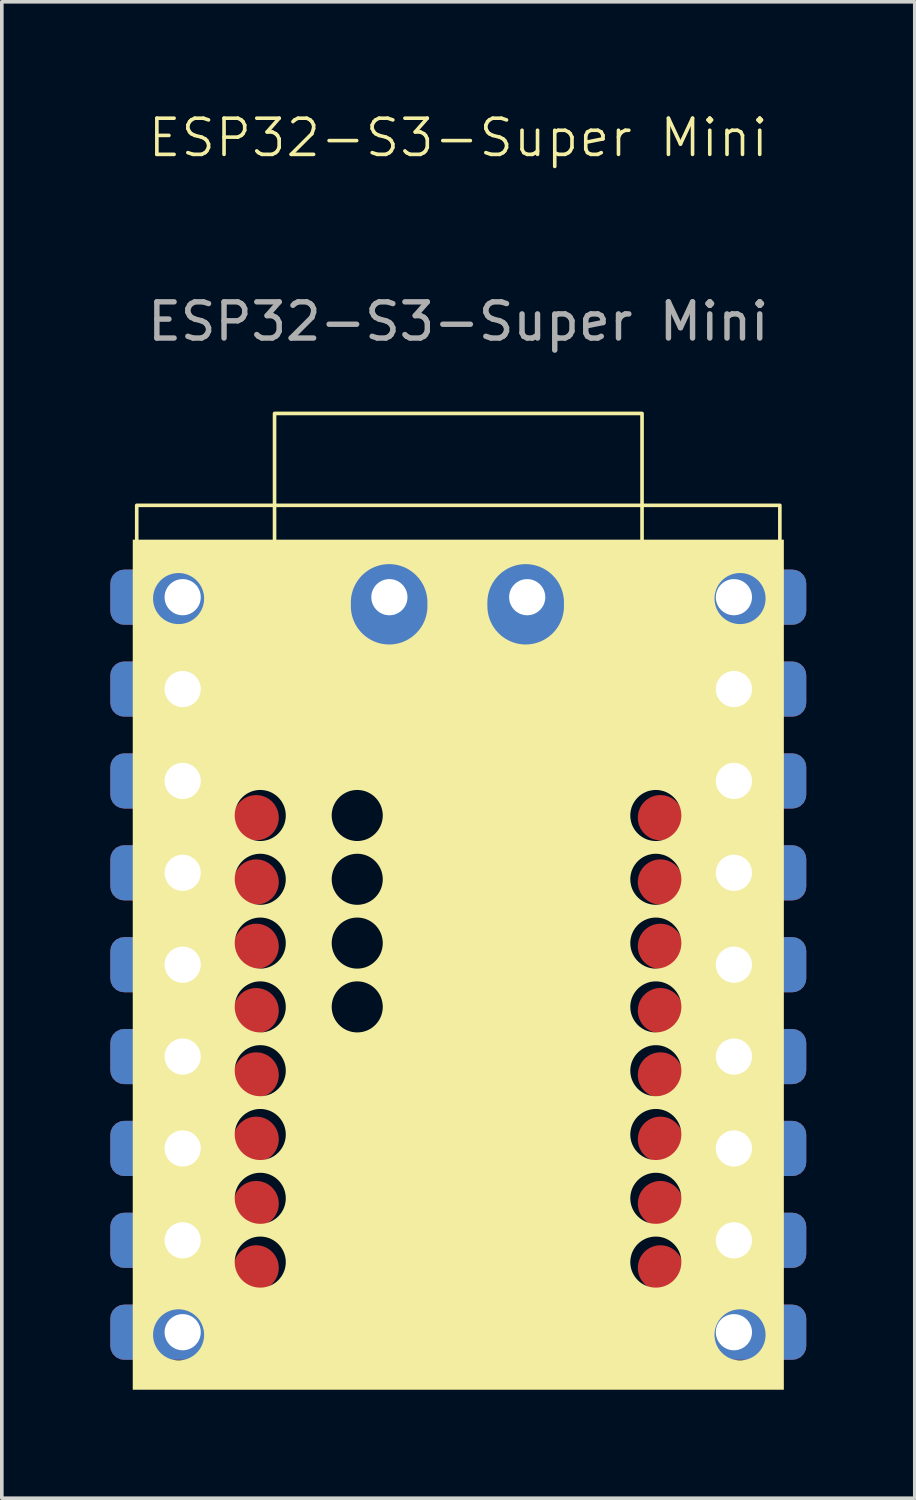
<source format=kicad_pcb>
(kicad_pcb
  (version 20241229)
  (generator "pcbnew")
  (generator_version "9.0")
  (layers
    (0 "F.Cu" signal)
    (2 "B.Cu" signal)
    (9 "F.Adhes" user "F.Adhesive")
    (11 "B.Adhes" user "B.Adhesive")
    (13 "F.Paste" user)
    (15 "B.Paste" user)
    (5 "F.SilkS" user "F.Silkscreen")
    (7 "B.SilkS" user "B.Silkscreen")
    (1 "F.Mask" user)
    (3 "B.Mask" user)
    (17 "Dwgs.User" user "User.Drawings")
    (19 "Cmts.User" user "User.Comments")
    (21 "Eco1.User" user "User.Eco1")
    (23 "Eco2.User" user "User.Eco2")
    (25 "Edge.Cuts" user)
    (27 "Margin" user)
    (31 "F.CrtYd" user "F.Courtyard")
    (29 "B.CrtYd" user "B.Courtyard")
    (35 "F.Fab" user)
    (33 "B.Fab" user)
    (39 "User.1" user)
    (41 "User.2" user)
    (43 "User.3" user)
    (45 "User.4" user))
  (footprint "ESP32-S3-Super Mini"
    (layer "F.Cu")
    (at 9.62 13.46)
    (property "Reference" "ESP32-S3-Super Mini" (at 0 -12.7 0) (unlocked yes) (layer "F.SilkS") (effects (font (size 1 1) (thickness 0.1))))
    (attr through_hole)
    (fp_rect (start -8.89 -2.54) (end 8.89 21.59) (stroke (width 0.1) (type default)) (fill no) (layer "F.SilkS"))
    (fp_rect (start -5.08 -5.08) (end 5.08 2.54) (stroke (width 0.1) (type default)) (fill no) (layer "F.SilkS"))
    (fp_poly (pts (xy 9 21.91) (xy -9 21.91) (xy -9 20.393) (xy -8.438 20.393) (xy -8.438 20.429) (xy -8.435 20.465) (xy -8.43 20.501) (xy -8.424 20.535) (xy -8.416 20.569) (xy -8.407 20.603) (xy -8.396 20.636) (xy -8.383 20.668) (xy -8.369 20.699) (xy -8.353 20.729) (xy -8.336 20.759) (xy -8.318 20.788) (xy -8.298 20.815) (xy -8.277 20.842) (xy -8.255 20.867) (xy -8.232 20.892) (xy -8.207 20.915) (xy -8.182 20.938) (xy -8.155 20.958) (xy -8.127 20.978) (xy -8.099 20.996) (xy -8.069 21.013) (xy -8.039 21.029) (xy -8.008 21.043) (xy -7.976 21.056) (xy -7.943 21.067) (xy -7.909 21.076) (xy -7.875 21.084) (xy -7.84 21.09) (xy -7.805 21.095) (xy -7.769 21.098) (xy -7.733 21.099) (xy -7.697 21.098) (xy -7.661 21.095) (xy -7.625 21.09) (xy -7.591 21.084) (xy -7.557 21.076) (xy -7.523 21.067) (xy -7.49 21.056) (xy -7.458 21.043) (xy -7.427 21.029) (xy -7.397 21.013) (xy -7.367 20.996) (xy -7.338 20.978) (xy -7.311 20.958) (xy -7.284 20.938) (xy -7.258 20.915) (xy -7.234 20.892) (xy -7.211 20.867) (xy -7.188 20.842) (xy -7.167 20.815) (xy -7.148 20.788) (xy -7.129 20.759) (xy -7.112 20.729) (xy -7.097 20.699) (xy -7.083 20.668) (xy -7.07 20.636) (xy -7.059 20.603) (xy -7.05 20.569) (xy -7.042 20.535) (xy -7.035 20.501) (xy -7.031 20.465) (xy -7.028 20.429) (xy -7.027 20.393) (xy 7.084 20.393) (xy 7.085 20.429) (xy 7.087 20.465) (xy 7.092 20.501) (xy 7.098 20.535) (xy 7.106 20.569) (xy 7.115 20.603) (xy 7.127 20.636) (xy 7.139 20.668) (xy 7.153 20.699) (xy 7.169 20.729) (xy 7.186 20.759) (xy 7.204 20.788) (xy 7.224 20.815) (xy 7.245 20.842) (xy 7.267 20.867) (xy 7.29 20.892) (xy 7.315 20.915) (xy 7.34 20.938) (xy 7.367 20.958) (xy 7.395 20.978) (xy 7.423 20.996) (xy 7.453 21.013) (xy 7.483 21.029) (xy 7.515 21.043) (xy 7.547 21.056) (xy 7.579 21.067) (xy 7.613 21.076) (xy 7.647 21.084) (xy 7.682 21.09) (xy 7.717 21.095) (xy 7.753 21.098) (xy 7.789 21.099) (xy 7.826 21.098) (xy 7.861 21.095) (xy 7.897 21.09) (xy 7.932 21.084) (xy 7.966 21.076) (xy 7.999 21.067) (xy 8.032 21.056) (xy 8.064 21.043) (xy 8.095 21.029) (xy 8.126 21.013) (xy 8.155 20.996) (xy 8.184 20.978) (xy 8.212 20.958) (xy 8.238 20.938) (xy 8.264 20.915) (xy 8.288 20.892) (xy 8.312 20.867) (xy 8.334 20.842) (xy 8.355 20.815) (xy 8.374 20.788) (xy 8.393 20.759) (xy 8.41 20.729) (xy 8.425 20.699) (xy 8.439 20.668) (xy 8.452 20.636) (xy 8.463 20.603) (xy 8.473 20.569) (xy 8.481 20.535) (xy 8.487 20.501) (xy 8.491 20.465) (xy 8.494 20.429) (xy 8.495 20.393) (xy 8.494 20.357) (xy 8.491 20.321) (xy 8.487 20.286) (xy 8.481 20.251) (xy 8.473 20.217) (xy 8.463 20.183) (xy 8.452 20.15) (xy 8.439 20.118) (xy 8.425 20.087) (xy 8.41 20.057) (xy 8.393 20.027) (xy 8.374 19.998) (xy 8.355 19.971) (xy 8.334 19.944) (xy 8.312 19.919) (xy 8.288 19.894) (xy 8.264 19.871) (xy 8.238 19.849) (xy 8.212 19.828) (xy 8.184 19.808) (xy 8.155 19.79) (xy 8.126 19.773) (xy 8.095 19.757) (xy 8.064 19.743) (xy 8.032 19.73) (xy 7.999 19.719) (xy 7.966 19.71) (xy 7.932 19.702) (xy 7.897 19.696) (xy 7.861 19.691) (xy 7.826 19.688) (xy 7.789 19.687) (xy 7.753 19.688) (xy 7.717 19.691) (xy 7.682 19.696) (xy 7.647 19.702) (xy 7.613 19.71) (xy 7.579 19.719) (xy 7.547 19.73) (xy 7.515 19.743) (xy 7.483 19.757) (xy 7.453 19.773) (xy 7.423 19.79) (xy 7.395 19.808) (xy 7.367 19.828) (xy 7.34 19.849) (xy 7.315 19.871) (xy 7.29 19.894) (xy 7.267 19.919) (xy 7.245 19.944) (xy 7.224 19.971) (xy 7.204 19.998) (xy 7.186 20.027) (xy 7.169 20.057) (xy 7.153 20.087) (xy 7.139 20.118) (xy 7.127 20.15) (xy 7.115 20.183) (xy 7.106 20.217) (xy 7.098 20.251) (xy 7.092 20.286) (xy 7.087 20.321) (xy 7.085 20.357) (xy 7.084 20.393) (xy -7.027 20.393) (xy -7.028 20.357) (xy -7.031 20.321) (xy -7.035 20.286) (xy -7.042 20.251) (xy -7.05 20.217) (xy -7.059 20.183) (xy -7.07 20.15) (xy -7.083 20.118) (xy -7.097 20.087) (xy -7.112 20.057) (xy -7.129 20.027) (xy -7.148 19.998) (xy -7.167 19.971) (xy -7.188 19.944) (xy -7.211 19.919) (xy -7.234 19.894) (xy -7.258 19.871) (xy -7.284 19.849) (xy -7.311 19.828) (xy -7.338 19.808) (xy -7.367 19.79) (xy -7.397 19.773) (xy -7.427 19.757) (xy -7.458 19.743) (xy -7.49 19.73) (xy -7.523 19.719) (xy -7.557 19.71) (xy -7.591 19.702) (xy -7.625 19.696) (xy -7.661 19.691) (xy -7.697 19.688) (xy -7.733 19.687) (xy -7.769 19.688) (xy -7.805 19.691) (xy -7.84 19.696) (xy -7.875 19.702) (xy -7.909 19.71) (xy -7.943 19.719) (xy -7.976 19.73) (xy -8.008 19.743) (xy -8.039 19.757) (xy -8.069 19.773) (xy -8.099 19.79) (xy -8.127 19.808) (xy -8.155 19.828) (xy -8.182 19.849) (xy -8.207 19.871) (xy -8.232 19.894) (xy -8.255 19.919) (xy -8.277 19.944) (xy -8.298 19.971) (xy -8.318 19.998) (xy -8.336 20.027) (xy -8.353 20.057) (xy -8.369 20.087) (xy -8.383 20.118) (xy -8.396 20.15) (xy -8.407 20.183) (xy -8.416 20.217) (xy -8.424 20.251) (xy -8.43 20.286) (xy -8.435 20.321) (xy -8.438 20.357) (xy -8.438 20.393) (xy -9 20.393) (xy -9 18.382) (xy -6.181 18.382) (xy -6.18 18.419) (xy -6.177 18.454) (xy -6.173 18.49) (xy -6.166 18.524) (xy -6.158 18.559) (xy -6.149 18.592) (xy -6.138 18.625) (xy -6.125 18.657) (xy -6.111 18.688) (xy -6.096 18.719) (xy -6.079 18.748) (xy -6.06 18.777) (xy -6.041 18.804) (xy -6.02 18.831) (xy -5.997 18.857) (xy -5.974 18.881) (xy -5.95 18.905) (xy -5.924 18.927) (xy -5.897 18.948) (xy -5.87 18.967) (xy -5.841 18.986) (xy -5.811 19.003) (xy -5.781 19.018) (xy -5.75 19.032) (xy -5.718 19.045) (xy -5.685 19.056) (xy -5.651 19.066) (xy -5.617 19.073) (xy -5.583 19.08) (xy -5.547 19.084) (xy -5.511 19.087) (xy -5.475 19.088) (xy -5.439 19.087) (xy -5.403 19.084) (xy -5.368 19.08) (xy -5.333 19.073) (xy -5.299 19.066) (xy -5.265 19.056) (xy -5.232 19.045) (xy -5.2 19.032) (xy -5.169 19.018) (xy -5.139 19.003) (xy -5.109 18.986) (xy -5.081 18.967) (xy -5.053 18.948) (xy -5.026 18.927) (xy -5.001 18.905) (xy -4.976 18.881) (xy -4.953 18.857) (xy -4.931 18.831) (xy -4.91 18.804) (xy -4.89 18.777) (xy -4.872 18.748) (xy -4.855 18.719) (xy -4.839 18.688) (xy -4.825 18.657) (xy -4.812 18.625) (xy -4.801 18.592) (xy -4.792 18.559) (xy -4.784 18.524) (xy -4.778 18.49) (xy -4.773 18.454) (xy -4.77 18.419) (xy -4.77 18.382) (xy 4.755 18.382) (xy 4.756 18.419) (xy 4.759 18.454) (xy 4.764 18.49) (xy 4.77 18.524) (xy 4.778 18.559) (xy 4.787 18.592) (xy 4.798 18.625) (xy 4.811 18.657) (xy 4.825 18.688) (xy 4.841 18.719) (xy 4.858 18.748) (xy 4.876 18.777) (xy 4.896 18.804) (xy 4.917 18.831) (xy 4.939 18.857) (xy 4.962 18.881) (xy 4.987 18.905) (xy 5.012 18.927) (xy 5.039 18.948) (xy 5.066 18.967) (xy 5.095 18.986) (xy 5.125 19.003) (xy 5.155 19.018) (xy 5.186 19.032) (xy 5.218 19.045) (xy 5.251 19.056) (xy 5.285 19.066) (xy 5.319 19.073) (xy 5.354 19.08) (xy 5.389 19.084) (xy 5.425 19.087) (xy 5.461 19.088) (xy 5.497 19.087) (xy 5.533 19.084) (xy 5.568 19.08) (xy 5.603 19.073) (xy 5.637 19.066) (xy 5.671 19.056) (xy 5.704 19.045) (xy 5.736 19.032) (xy 5.767 19.018) (xy 5.797 19.003) (xy 5.827 18.986) (xy 5.856 18.967) (xy 5.883 18.948) (xy 5.91 18.927) (xy 5.935 18.905) (xy 5.96 18.881) (xy 5.983 18.857) (xy 6.005 18.831) (xy 6.026 18.804) (xy 6.046 18.777) (xy 6.064 18.748) (xy 6.081 18.719) (xy 6.097 18.688) (xy 6.111 18.657) (xy 6.124 18.625) (xy 6.135 18.592) (xy 6.144 18.559) (xy 6.152 18.524) (xy 6.158 18.49) (xy 6.163 18.454) (xy 6.166 18.419) (xy 6.167 18.382) (xy 6.166 18.346) (xy 6.163 18.31) (xy 6.158 18.275) (xy 6.152 18.24) (xy 6.144 18.206) (xy 6.135 18.172) (xy 6.124 18.14) (xy 6.111 18.107) (xy 6.097 18.076) (xy 6.081 18.046) (xy 6.064 18.016) (xy 6.046 17.988) (xy 6.026 17.96) (xy 6.005 17.933) (xy 5.983 17.908) (xy 5.96 17.883) (xy 5.935 17.86) (xy 5.91 17.838) (xy 5.883 17.817) (xy 5.856 17.797) (xy 5.827 17.779) (xy 5.797 17.762) (xy 5.767 17.746) (xy 5.736 17.732) (xy 5.704 17.719) (xy 5.671 17.708) (xy 5.637 17.699) (xy 5.603 17.691) (xy 5.568 17.685) (xy 5.533 17.68) (xy 5.497 17.678) (xy 5.461 17.677) (xy 5.425 17.678) (xy 5.389 17.68) (xy 5.354 17.685) (xy 5.319 17.691) (xy 5.285 17.699) (xy 5.251 17.708) (xy 5.218 17.719) (xy 5.186 17.732) (xy 5.155 17.746) (xy 5.125 17.762) (xy 5.095 17.779) (xy 5.066 17.797) (xy 5.039 17.817) (xy 5.012 17.838) (xy 4.987 17.86) (xy 4.962 17.883) (xy 4.939 17.908) (xy 4.917 17.933) (xy 4.896 17.96) (xy 4.876 17.988) (xy 4.858 18.016) (xy 4.841 18.046) (xy 4.825 18.076) (xy 4.811 18.107) (xy 4.798 18.14) (xy 4.787 18.172) (xy 4.778 18.206) (xy 4.77 18.24) (xy 4.764 18.275) (xy 4.759 18.31) (xy 4.756 18.346) (xy 4.755 18.382) (xy -4.77 18.382) (xy -4.77 18.346) (xy -4.773 18.31) (xy -4.778 18.275) (xy -4.784 18.24) (xy -4.792 18.206) (xy -4.801 18.172) (xy -4.812 18.14) (xy -4.825 18.107) (xy -4.839 18.076) (xy -4.855 18.046) (xy -4.872 18.016) (xy -4.89 17.988) (xy -4.91 17.96) (xy -4.931 17.933) (xy -4.953 17.908) (xy -4.976 17.883) (xy -5.001 17.86) (xy -5.026 17.838) (xy -5.053 17.817) (xy -5.081 17.797) (xy -5.109 17.779) (xy -5.139 17.762) (xy -5.169 17.746) (xy -5.2 17.732) (xy -5.232 17.719) (xy -5.265 17.708) (xy -5.299 17.699) (xy -5.333 17.691) (xy -5.368 17.685) (xy -5.403 17.68) (xy -5.439 17.678) (xy -5.475 17.677) (xy -5.511 17.678) (xy -5.547 17.68) (xy -5.583 17.685) (xy -5.617 17.691) (xy -5.651 17.699) (xy -5.685 17.708) (xy -5.718 17.719) (xy -5.75 17.732) (xy -5.781 17.746) (xy -5.811 17.762) (xy -5.841 17.779) (xy -5.87 17.797) (xy -5.897 17.817) (xy -5.924 17.838) (xy -5.95 17.86) (xy -5.974 17.883) (xy -5.997 17.908) (xy -6.02 17.933) (xy -6.041 17.96) (xy -6.06 17.988) (xy -6.079 18.016) (xy -6.096 18.046) (xy -6.111 18.076) (xy -6.125 18.107) (xy -6.138 18.14) (xy -6.149 18.172) (xy -6.158 18.206) (xy -6.166 18.24) (xy -6.173 18.275) (xy -6.177 18.31) (xy -6.18 18.346) (xy -6.181 18.382) (xy -9 18.382) (xy -9 16.618) (xy -6.181 16.618) (xy -6.18 16.655) (xy -6.177 16.69) (xy -6.173 16.726) (xy -6.166 16.761) (xy -6.158 16.795) (xy -6.149 16.828) (xy -6.138 16.861) (xy -6.125 16.893) (xy -6.111 16.924) (xy -6.096 16.955) (xy -6.079 16.984) (xy -6.06 17.013) (xy -6.041 17.041) (xy -6.02 17.067) (xy -5.997 17.093) (xy -5.974 17.117) (xy -5.95 17.141) (xy -5.924 17.163) (xy -5.897 17.184) (xy -5.87 17.203) (xy -5.841 17.222) (xy -5.811 17.239) (xy -5.781 17.254) (xy -5.75 17.268) (xy -5.718 17.281) (xy -5.685 17.292) (xy -5.651 17.302) (xy -5.617 17.31) (xy -5.583 17.316) (xy -5.547 17.32) (xy -5.511 17.323) (xy -5.475 17.324) (xy -5.439 17.323) (xy -5.403 17.32) (xy -5.368 17.316) (xy -5.333 17.31) (xy -5.299 17.302) (xy -5.265 17.292) (xy -5.232 17.281) (xy -5.2 17.268) (xy -5.169 17.254) (xy -5.139 17.239) (xy -5.109 17.222) (xy -5.081 17.203) (xy -5.053 17.184) (xy -5.026 17.163) (xy -5.001 17.141) (xy -4.976 17.117) (xy -4.953 17.093) (xy -4.931 17.067) (xy -4.91 17.041) (xy -4.89 17.013) (xy -4.872 16.984) (xy -4.855 16.955) (xy -4.839 16.924) (xy -4.825 16.893) (xy -4.812 16.861) (xy -4.801 16.828) (xy -4.792 16.795) (xy -4.784 16.761) (xy -4.778 16.726) (xy -4.773 16.69) (xy -4.77 16.655) (xy -4.77 16.618) (xy 4.755 16.618) (xy 4.756 16.655) (xy 4.759 16.69) (xy 4.764 16.726) (xy 4.77 16.761) (xy 4.778 16.795) (xy 4.787 16.828) (xy 4.798 16.861) (xy 4.811 16.893) (xy 4.825 16.924) (xy 4.841 16.955) (xy 4.858 16.984) (xy 4.876 17.013) (xy 4.896 17.041) (xy 4.917 17.067) (xy 4.939 17.093) (xy 4.962 17.117) (xy 4.987 17.141) (xy 5.012 17.163) (xy 5.039 17.184) (xy 5.066 17.203) (xy 5.095 17.222) (xy 5.125 17.239) (xy 5.155 17.254) (xy 5.186 17.268) (xy 5.218 17.281) (xy 5.251 17.292) (xy 5.285 17.302) (xy 5.319 17.31) (xy 5.354 17.316) (xy 5.389 17.32) (xy 5.425 17.323) (xy 5.461 17.324) (xy 5.497 17.323) (xy 5.533 17.32) (xy 5.568 17.316) (xy 5.603 17.31) (xy 5.637 17.302) (xy 5.671 17.292) (xy 5.704 17.281) (xy 5.736 17.268) (xy 5.767 17.254) (xy 5.797 17.239) (xy 5.827 17.222) (xy 5.856 17.203) (xy 5.883 17.184) (xy 5.91 17.163) (xy 5.935 17.141) (xy 5.96 17.117) (xy 5.983 17.093) (xy 6.005 17.067) (xy 6.026 17.041) (xy 6.046 17.013) (xy 6.064 16.984) (xy 6.081 16.955) (xy 6.097 16.924) (xy 6.111 16.893) (xy 6.124 16.861) (xy 6.135 16.828) (xy 6.144 16.795) (xy 6.152 16.761) (xy 6.158 16.726) (xy 6.163 16.69) (xy 6.166 16.655) (xy 6.167 16.618) (xy 6.166 16.582) (xy 6.163 16.546) (xy 6.158 16.511) (xy 6.152 16.476) (xy 6.144 16.442) (xy 6.135 16.408) (xy 6.124 16.376) (xy 6.111 16.344) (xy 6.097 16.312) (xy 6.081 16.282) (xy 6.064 16.252) (xy 6.046 16.224) (xy 6.026 16.196) (xy 6.005 16.169) (xy 5.983 16.144) (xy 5.96 16.119) (xy 5.935 16.096) (xy 5.91 16.074) (xy 5.883 16.053) (xy 5.856 16.033) (xy 5.827 16.015) (xy 5.797 15.998) (xy 5.767 15.982) (xy 5.736 15.968) (xy 5.704 15.956) (xy 5.671 15.944) (xy 5.637 15.935) (xy 5.603 15.927) (xy 5.568 15.921) (xy 5.533 15.916) (xy 5.497 15.914) (xy 5.461 15.913) (xy 5.425 15.914) (xy 5.389 15.916) (xy 5.354 15.921) (xy 5.319 15.927) (xy 5.285 15.935) (xy 5.251 15.944) (xy 5.218 15.956) (xy 5.186 15.968) (xy 5.155 15.982) (xy 5.125 15.998) (xy 5.095 16.015) (xy 5.066 16.033) (xy 5.039 16.053) (xy 5.012 16.074) (xy 4.987 16.096) (xy 4.962 16.119) (xy 4.939 16.144) (xy 4.917 16.169) (xy 4.896 16.196) (xy 4.876 16.224) (xy 4.858 16.252) (xy 4.841 16.282) (xy 4.825 16.312) (xy 4.811 16.344) (xy 4.798 16.376) (xy 4.787 16.408) (xy 4.778 16.442) (xy 4.77 16.476) (xy 4.764 16.511) (xy 4.759 16.546) (xy 4.756 16.582) (xy 4.755 16.618) (xy -4.77 16.618) (xy -4.77 16.582) (xy -4.773 16.546) (xy -4.778 16.511) (xy -4.784 16.476) (xy -4.792 16.442) (xy -4.801 16.408) (xy -4.812 16.376) (xy -4.825 16.344) (xy -4.839 16.312) (xy -4.855 16.282) (xy -4.872 16.252) (xy -4.89 16.224) (xy -4.91 16.196) (xy -4.931 16.169) (xy -4.953 16.144) (xy -4.976 16.119) (xy -5.001 16.096) (xy -5.026 16.074) (xy -5.053 16.053) (xy -5.081 16.033) (xy -5.109 16.015) (xy -5.139 15.998) (xy -5.169 15.982) (xy -5.2 15.968) (xy -5.232 15.956) (xy -5.265 15.944) (xy -5.299 15.935) (xy -5.333 15.927) (xy -5.368 15.921) (xy -5.403 15.916) (xy -5.439 15.914) (xy -5.475 15.913) (xy -5.511 15.914) (xy -5.547 15.916) (xy -5.583 15.921) (xy -5.617 15.927) (xy -5.651 15.935) (xy -5.685 15.944) (xy -5.718 15.956) (xy -5.75 15.968) (xy -5.781 15.982) (xy -5.811 15.998) (xy -5.841 16.015) (xy -5.87 16.033) (xy -5.897 16.053) (xy -5.924 16.074) (xy -5.95 16.096) (xy -5.974 16.119) (xy -5.997 16.144) (xy -6.02 16.169) (xy -6.041 16.196) (xy -6.06 16.224) (xy -6.079 16.252) (xy -6.096 16.282) (xy -6.111 16.312) (xy -6.125 16.344) (xy -6.138 16.376) (xy -6.149 16.408) (xy -6.158 16.442) (xy -6.166 16.476) (xy -6.173 16.511) (xy -6.177 16.546) (xy -6.18 16.582) (xy -6.181 16.618) (xy -9 16.618) (xy -9 14.854) (xy -6.181 14.854) (xy -6.18 14.891) (xy -6.177 14.927) (xy -6.173 14.962) (xy -6.166 14.997) (xy -6.158 15.031) (xy -6.149 15.064) (xy -6.138 15.097) (xy -6.125 15.129) (xy -6.111 15.16) (xy -6.096 15.191) (xy -6.079 15.22) (xy -6.06 15.249) (xy -6.041 15.277) (xy -6.02 15.303) (xy -5.997 15.329) (xy -5.974 15.353) (xy -5.95 15.377) (xy -5.924 15.399) (xy -5.897 15.42) (xy -5.87 15.44) (xy -5.841 15.458) (xy -5.811 15.475) (xy -5.781 15.49) (xy -5.75 15.505) (xy -5.718 15.517) (xy -5.685 15.528) (xy -5.651 15.538) (xy -5.617 15.546) (xy -5.583 15.552) (xy -5.547 15.556) (xy -5.511 15.559) (xy -5.475 15.56) (xy -5.439 15.559) (xy -5.403 15.556) (xy -5.368 15.552) (xy -5.333 15.546) (xy -5.299 15.538) (xy -5.265 15.528) (xy -5.232 15.517) (xy -5.2 15.505) (xy -5.169 15.49) (xy -5.139 15.475) (xy -5.109 15.458) (xy -5.081 15.44) (xy -5.053 15.42) (xy -5.026 15.399) (xy -5.001 15.377) (xy -4.976 15.353) (xy -4.953 15.329) (xy -4.931 15.303) (xy -4.91 15.277) (xy -4.89 15.249) (xy -4.872 15.22) (xy -4.855 15.191) (xy -4.839 15.16) (xy -4.825 15.129) (xy -4.812 15.097) (xy -4.801 15.064) (xy -4.792 15.031) (xy -4.784 14.997) (xy -4.778 14.962) (xy -4.773 14.927) (xy -4.77 14.891) (xy -4.77 14.854) (xy 4.755 14.854) (xy 4.756 14.891) (xy 4.759 14.927) (xy 4.764 14.962) (xy 4.77 14.997) (xy 4.778 15.031) (xy 4.787 15.064) (xy 4.798 15.097) (xy 4.811 15.129) (xy 4.825 15.16) (xy 4.841 15.191) (xy 4.858 15.22) (xy 4.876 15.249) (xy 4.896 15.277) (xy 4.917 15.303) (xy 4.939 15.329) (xy 4.962 15.353) (xy 4.987 15.377) (xy 5.012 15.399) (xy 5.039 15.42) (xy 5.066 15.44) (xy 5.095 15.458) (xy 5.125 15.475) (xy 5.155 15.49) (xy 5.186 15.505) (xy 5.218 15.517) (xy 5.251 15.528) (xy 5.285 15.538) (xy 5.319 15.546) (xy 5.354 15.552) (xy 5.389 15.556) (xy 5.425 15.559) (xy 5.461 15.56) (xy 5.497 15.559) (xy 5.533 15.556) (xy 5.568 15.552) (xy 5.603 15.546) (xy 5.637 15.538) (xy 5.671 15.528) (xy 5.704 15.517) (xy 5.736 15.505) (xy 5.767 15.49) (xy 5.797 15.475) (xy 5.827 15.458) (xy 5.856 15.44) (xy 5.883 15.42) (xy 5.91 15.399) (xy 5.935 15.377) (xy 5.96 15.353) (xy 5.983 15.329) (xy 6.005 15.303) (xy 6.026 15.277) (xy 6.046 15.249) (xy 6.064 15.22) (xy 6.081 15.191) (xy 6.097 15.16) (xy 6.111 15.129) (xy 6.124 15.097) (xy 6.135 15.064) (xy 6.144 15.031) (xy 6.152 14.997) (xy 6.158 14.962) (xy 6.163 14.927) (xy 6.166 14.891) (xy 6.167 14.854) (xy 6.166 14.818) (xy 6.163 14.782) (xy 6.158 14.747) (xy 6.152 14.712) (xy 6.144 14.678) (xy 6.135 14.645) (xy 6.124 14.612) (xy 6.111 14.58) (xy 6.097 14.548) (xy 6.081 14.518) (xy 6.064 14.488) (xy 6.046 14.46) (xy 6.026 14.432) (xy 6.005 14.406) (xy 5.983 14.38) (xy 5.96 14.355) (xy 5.935 14.332) (xy 5.91 14.31) (xy 5.883 14.289) (xy 5.856 14.269) (xy 5.827 14.251) (xy 5.797 14.234) (xy 5.767 14.218) (xy 5.736 14.204) (xy 5.704 14.192) (xy 5.671 14.181) (xy 5.637 14.171) (xy 5.603 14.163) (xy 5.568 14.157) (xy 5.533 14.152) (xy 5.497 14.15) (xy 5.461 14.149) (xy 5.425 14.15) (xy 5.389 14.152) (xy 5.354 14.157) (xy 5.319 14.163) (xy 5.285 14.171) (xy 5.251 14.181) (xy 5.218 14.192) (xy 5.186 14.204) (xy 5.155 14.218) (xy 5.125 14.234) (xy 5.095 14.251) (xy 5.066 14.269) (xy 5.039 14.289) (xy 5.012 14.31) (xy 4.987 14.332) (xy 4.962 14.355) (xy 4.939 14.38) (xy 4.917 14.406) (xy 4.896 14.432) (xy 4.876 14.46) (xy 4.858 14.488) (xy 4.841 14.518) (xy 4.825 14.548) (xy 4.811 14.58) (xy 4.798 14.612) (xy 4.787 14.645) (xy 4.778 14.678) (xy 4.77 14.712) (xy 4.764 14.747) (xy 4.759 14.782) (xy 4.756 14.818) (xy 4.755 14.854) (xy -4.77 14.854) (xy -4.77 14.818) (xy -4.773 14.782) (xy -4.778 14.747) (xy -4.784 14.712) (xy -4.792 14.678) (xy -4.801 14.645) (xy -4.812 14.612) (xy -4.825 14.58) (xy -4.839 14.548) (xy -4.855 14.518) (xy -4.872 14.488) (xy -4.89 14.46) (xy -4.91 14.432) (xy -4.931 14.406) (xy -4.953 14.38) (xy -4.976 14.355) (xy -5.001 14.332) (xy -5.026 14.31) (xy -5.053 14.289) (xy -5.081 14.269) (xy -5.109 14.251) (xy -5.139 14.234) (xy -5.169 14.218) (xy -5.2 14.204) (xy -5.232 14.192) (xy -5.265 14.181) (xy -5.299 14.171) (xy -5.333 14.163) (xy -5.368 14.157) (xy -5.403 14.152) (xy -5.439 14.15) (xy -5.475 14.149) (xy -5.511 14.15) (xy -5.547 14.152) (xy -5.583 14.157) (xy -5.617 14.163) (xy -5.651 14.171) (xy -5.685 14.181) (xy -5.718 14.192) (xy -5.75 14.204) (xy -5.781 14.218) (xy -5.811 14.234) (xy -5.841 14.251) (xy -5.87 14.269) (xy -5.897 14.289) (xy -5.924 14.31) (xy -5.95 14.332) (xy -5.974 14.355) (xy -5.997 14.38) (xy -6.02 14.406) (xy -6.041 14.432) (xy -6.06 14.46) (xy -6.079 14.488) (xy -6.096 14.518) (xy -6.111 14.548) (xy -6.125 14.58) (xy -6.138 14.612) (xy -6.149 14.645) (xy -6.158 14.678) (xy -6.166 14.712) (xy -6.173 14.747) (xy -6.177 14.782) (xy -6.18 14.818) (xy -6.181 14.854) (xy -9 14.854) (xy -9 13.091) (xy -6.181 13.091) (xy -6.18 13.127) (xy -6.177 13.163) (xy -6.173 13.198) (xy -6.166 13.233) (xy -6.158 13.267) (xy -6.149 13.3) (xy -6.138 13.333) (xy -6.125 13.365) (xy -6.111 13.396) (xy -6.096 13.427) (xy -6.079 13.456) (xy -6.06 13.485) (xy -6.041 13.513) (xy -6.02 13.539) (xy -5.997 13.565) (xy -5.974 13.589) (xy -5.95 13.613) (xy -5.924 13.635) (xy -5.897 13.656) (xy -5.87 13.676) (xy -5.841 13.694) (xy -5.811 13.711) (xy -5.781 13.727) (xy -5.75 13.741) (xy -5.718 13.753) (xy -5.685 13.764) (xy -5.651 13.774) (xy -5.617 13.782) (xy -5.583 13.788) (xy -5.547 13.792) (xy -5.511 13.795) (xy -5.475 13.796) (xy -5.439 13.795) (xy -5.403 13.792) (xy -5.368 13.788) (xy -5.333 13.782) (xy -5.299 13.774) (xy -5.265 13.764) (xy -5.232 13.753) (xy -5.2 13.741) (xy -5.169 13.727) (xy -5.139 13.711) (xy -5.109 13.694) (xy -5.081 13.676) (xy -5.053 13.656) (xy -5.026 13.635) (xy -5.001 13.613) (xy -4.976 13.589) (xy -4.953 13.565) (xy -4.931 13.539) (xy -4.91 13.513) (xy -4.89 13.485) (xy -4.872 13.456) (xy -4.855 13.427) (xy -4.839 13.396) (xy -4.825 13.365) (xy -4.812 13.333) (xy -4.801 13.3) (xy -4.792 13.267) (xy -4.784 13.233) (xy -4.778 13.198) (xy -4.773 13.163) (xy -4.77 13.127) (xy -4.77 13.091) (xy 4.755 13.091) (xy 4.756 13.127) (xy 4.759 13.163) (xy 4.764 13.198) (xy 4.77 13.233) (xy 4.778 13.267) (xy 4.787 13.3) (xy 4.798 13.333) (xy 4.811 13.365) (xy 4.825 13.396) (xy 4.841 13.427) (xy 4.858 13.456) (xy 4.876 13.485) (xy 4.896 13.513) (xy 4.917 13.539) (xy 4.939 13.565) (xy 4.962 13.589) (xy 4.987 13.613) (xy 5.012 13.635) (xy 5.039 13.656) (xy 5.066 13.676) (xy 5.095 13.694) (xy 5.125 13.711) (xy 5.155 13.727) (xy 5.186 13.741) (xy 5.218 13.753) (xy 5.251 13.764) (xy 5.285 13.774) (xy 5.319 13.782) (xy 5.354 13.788) (xy 5.389 13.792) (xy 5.425 13.795) (xy 5.461 13.796) (xy 5.497 13.795) (xy 5.533 13.792) (xy 5.568 13.788) (xy 5.603 13.782) (xy 5.637 13.774) (xy 5.671 13.764) (xy 5.704 13.753) (xy 5.736 13.741) (xy 5.767 13.727) (xy 5.797 13.711) (xy 5.827 13.694) (xy 5.856 13.676) (xy 5.883 13.656) (xy 5.91 13.635) (xy 5.935 13.613) (xy 5.96 13.589) (xy 5.983 13.565) (xy 6.005 13.539) (xy 6.026 13.513) (xy 6.046 13.485) (xy 6.064 13.456) (xy 6.081 13.427) (xy 6.097 13.396) (xy 6.111 13.365) (xy 6.124 13.333) (xy 6.135 13.3) (xy 6.144 13.267) (xy 6.152 13.233) (xy 6.158 13.198) (xy 6.163 13.163) (xy 6.166 13.127) (xy 6.167 13.091) (xy 6.166 13.054) (xy 6.163 13.018) (xy 6.158 12.983) (xy 6.152 12.948) (xy 6.144 12.914) (xy 6.135 12.881) (xy 6.124 12.848) (xy 6.111 12.816) (xy 6.097 12.785) (xy 6.081 12.754) (xy 6.064 12.725) (xy 6.046 12.696) (xy 6.026 12.668) (xy 6.005 12.642) (xy 5.983 12.616) (xy 5.96 12.592) (xy 5.935 12.568) (xy 5.91 12.546) (xy 5.883 12.525) (xy 5.856 12.505) (xy 5.827 12.487) (xy 5.797 12.47) (xy 5.767 12.455) (xy 5.736 12.44) (xy 5.704 12.428) (xy 5.671 12.417) (xy 5.637 12.407) (xy 5.603 12.399) (xy 5.568 12.393) (xy 5.533 12.389) (xy 5.497 12.386) (xy 5.461 12.385) (xy 5.425 12.386) (xy 5.389 12.389) (xy 5.354 12.393) (xy 5.319 12.399) (xy 5.285 12.407) (xy 5.251 12.417) (xy 5.218 12.428) (xy 5.186 12.44) (xy 5.155 12.455) (xy 5.125 12.47) (xy 5.095 12.487) (xy 5.066 12.505) (xy 5.039 12.525) (xy 5.012 12.546) (xy 4.987 12.568) (xy 4.962 12.592) (xy 4.939 12.616) (xy 4.917 12.642) (xy 4.896 12.668) (xy 4.876 12.696) (xy 4.858 12.725) (xy 4.841 12.754) (xy 4.825 12.785) (xy 4.811 12.816) (xy 4.798 12.848) (xy 4.787 12.881) (xy 4.778 12.914) (xy 4.77 12.948) (xy 4.764 12.983) (xy 4.759 13.018) (xy 4.756 13.054) (xy 4.755 13.091) (xy -4.77 13.091) (xy -4.77 13.054) (xy -4.773 13.018) (xy -4.778 12.983) (xy -4.784 12.948) (xy -4.792 12.914) (xy -4.801 12.881) (xy -4.812 12.848) (xy -4.825 12.816) (xy -4.839 12.785) (xy -4.855 12.754) (xy -4.872 12.725) (xy -4.89 12.696) (xy -4.91 12.668) (xy -4.931 12.642) (xy -4.953 12.616) (xy -4.976 12.592) (xy -5.001 12.568) (xy -5.026 12.546) (xy -5.053 12.525) (xy -5.081 12.505) (xy -5.109 12.487) (xy -5.139 12.47) (xy -5.169 12.455) (xy -5.2 12.44) (xy -5.232 12.428) (xy -5.265 12.417) (xy -5.299 12.407) (xy -5.333 12.399) (xy -5.368 12.393) (xy -5.403 12.389) (xy -5.439 12.386) (xy -5.475 12.385) (xy -5.511 12.386) (xy -5.547 12.389) (xy -5.583 12.393) (xy -5.617 12.399) (xy -5.651 12.407) (xy -5.685 12.417) (xy -5.718 12.428) (xy -5.75 12.44) (xy -5.781 12.455) (xy -5.811 12.47) (xy -5.841 12.487) (xy -5.87 12.505) (xy -5.897 12.525) (xy -5.924 12.546) (xy -5.95 12.568) (xy -5.974 12.592) (xy -5.997 12.616) (xy -6.02 12.642) (xy -6.041 12.668) (xy -6.06 12.696) (xy -6.079 12.725) (xy -6.096 12.754) (xy -6.111 12.785) (xy -6.125 12.816) (xy -6.138 12.848) (xy -6.149 12.881) (xy -6.158 12.914) (xy -6.166 12.948) (xy -6.173 12.983) (xy -6.177 13.018) (xy -6.18 13.054) (xy -6.181 13.091) (xy -9 13.091) (xy -9 11.327) (xy -6.181 11.327) (xy -6.18 11.363) (xy -6.177 11.399) (xy -6.173 11.434) (xy -6.166 11.469) (xy -6.158 11.503) (xy -6.149 11.537) (xy -6.138 11.569) (xy -6.125 11.601) (xy -6.111 11.633) (xy -6.096 11.663) (xy -6.079 11.693) (xy -6.06 11.721) (xy -6.041 11.749) (xy -6.02 11.775) (xy -5.997 11.801) (xy -5.974 11.826) (xy -5.95 11.849) (xy -5.924 11.871) (xy -5.897 11.892) (xy -5.87 11.912) (xy -5.841 11.93) (xy -5.811 11.947) (xy -5.781 11.963) (xy -5.75 11.977) (xy -5.718 11.989) (xy -5.685 12) (xy -5.651 12.01) (xy -5.617 12.018) (xy -5.583 12.024) (xy -5.547 12.029) (xy -5.511 12.031) (xy -5.475 12.032) (xy -5.439 12.031) (xy -5.403 12.029) (xy -5.368 12.024) (xy -5.333 12.018) (xy -5.299 12.01) (xy -5.265 12) (xy -5.232 11.989) (xy -5.2 11.977) (xy -5.169 11.963) (xy -5.139 11.947) (xy -5.109 11.93) (xy -5.081 11.912) (xy -5.053 11.892) (xy -5.026 11.871) (xy -5.001 11.849) (xy -4.976 11.826) (xy -4.953 11.801) (xy -4.931 11.775) (xy -4.91 11.749) (xy -4.89 11.721) (xy -4.872 11.693) (xy -4.855 11.663) (xy -4.839 11.633) (xy -4.825 11.601) (xy -4.812 11.569) (xy -4.801 11.537) (xy -4.792 11.503) (xy -4.784 11.469) (xy -4.778 11.434) (xy -4.773 11.399) (xy -4.77 11.363) (xy -4.77 11.327) (xy -3.5 11.327) (xy -3.499 11.363) (xy -3.496 11.399) (xy -3.491 11.434) (xy -3.485 11.469) (xy -3.477 11.503) (xy -3.468 11.537) (xy -3.457 11.569) (xy -3.444 11.601) (xy -3.43 11.633) (xy -3.414 11.663) (xy -3.397 11.693) (xy -3.379 11.721) (xy -3.359 11.749) (xy -3.338 11.775) (xy -3.316 11.801) (xy -3.293 11.826) (xy -3.268 11.849) (xy -3.243 11.871) (xy -3.216 11.892) (xy -3.189 11.912) (xy -3.16 11.93) (xy -3.13 11.947) (xy -3.1 11.963) (xy -3.069 11.977) (xy -3.037 11.989) (xy -3.004 12) (xy -2.97 12.01) (xy -2.936 12.018) (xy -2.901 12.024) (xy -2.866 12.029) (xy -2.83 12.031) (xy -2.794 12.032) (xy -2.758 12.031) (xy -2.722 12.029) (xy -2.687 12.024) (xy -2.652 12.018) (xy -2.618 12.01) (xy -2.584 12) (xy -2.551 11.989) (xy -2.519 11.977) (xy -2.488 11.963) (xy -2.458 11.947) (xy -2.428 11.93) (xy -2.399 11.912) (xy -2.372 11.892) (xy -2.345 11.871) (xy -2.32 11.849) (xy -2.295 11.826) (xy -2.272 11.801) (xy -2.25 11.775) (xy -2.229 11.749) (xy -2.209 11.721) (xy -2.191 11.693) (xy -2.174 11.663) (xy -2.158 11.633) (xy -2.144 11.601) (xy -2.131 11.569) (xy -2.12 11.537) (xy -2.111 11.503) (xy -2.103 11.469) (xy -2.097 11.434) (xy -2.092 11.399) (xy -2.089 11.363) (xy -2.088 11.327) (xy 4.755 11.327) (xy 4.756 11.363) (xy 4.759 11.399) (xy 4.764 11.434) (xy 4.77 11.469) (xy 4.778 11.503) (xy 4.787 11.537) (xy 4.798 11.569) (xy 4.811 11.601) (xy 4.825 11.633) (xy 4.841 11.663) (xy 4.858 11.693) (xy 4.876 11.721) (xy 4.896 11.749) (xy 4.917 11.775) (xy 4.939 11.801) (xy 4.962 11.826) (xy 4.987 11.849) (xy 5.012 11.871) (xy 5.039 11.892) (xy 5.066 11.912) (xy 5.095 11.93) (xy 5.125 11.947) (xy 5.155 11.963) (xy 5.186 11.977) (xy 5.218 11.989) (xy 5.251 12) (xy 5.285 12.01) (xy 5.319 12.018) (xy 5.354 12.024) (xy 5.389 12.029) (xy 5.425 12.031) (xy 5.461 12.032) (xy 5.497 12.031) (xy 5.533 12.029) (xy 5.568 12.024) (xy 5.603 12.018) (xy 5.637 12.01) (xy 5.671 12) (xy 5.704 11.989) (xy 5.736 11.977) (xy 5.767 11.963) (xy 5.797 11.947) (xy 5.827 11.93) (xy 5.856 11.912) (xy 5.883 11.892) (xy 5.91 11.871) (xy 5.935 11.849) (xy 5.96 11.826) (xy 5.983 11.801) (xy 6.005 11.775) (xy 6.026 11.749) (xy 6.046 11.721) (xy 6.064 11.693) (xy 6.081 11.663) (xy 6.097 11.633) (xy 6.111 11.601) (xy 6.124 11.569) (xy 6.135 11.537) (xy 6.144 11.503) (xy 6.152 11.469) (xy 6.158 11.434) (xy 6.163 11.399) (xy 6.166 11.363) (xy 6.167 11.327) (xy 6.166 11.29) (xy 6.163 11.254) (xy 6.158 11.219) (xy 6.152 11.184) (xy 6.144 11.15) (xy 6.135 11.117) (xy 6.124 11.084) (xy 6.111 11.052) (xy 6.097 11.021) (xy 6.081 10.99) (xy 6.064 10.961) (xy 6.046 10.932) (xy 6.026 10.904) (xy 6.005 10.878) (xy 5.983 10.852) (xy 5.96 10.828) (xy 5.935 10.804) (xy 5.91 10.782) (xy 5.883 10.761) (xy 5.856 10.742) (xy 5.827 10.723) (xy 5.797 10.706) (xy 5.767 10.691) (xy 5.736 10.677) (xy 5.704 10.664) (xy 5.671 10.653) (xy 5.637 10.643) (xy 5.603 10.635) (xy 5.568 10.629) (xy 5.533 10.625) (xy 5.497 10.622) (xy 5.461 10.621) (xy 5.425 10.622) (xy 5.389 10.625) (xy 5.354 10.629) (xy 5.319 10.635) (xy 5.285 10.643) (xy 5.251 10.653) (xy 5.218 10.664) (xy 5.186 10.677) (xy 5.155 10.691) (xy 5.125 10.706) (xy 5.095 10.723) (xy 5.066 10.742) (xy 5.039 10.761) (xy 5.012 10.782) (xy 4.987 10.804) (xy 4.962 10.828) (xy 4.939 10.852) (xy 4.917 10.878) (xy 4.896 10.904) (xy 4.876 10.932) (xy 4.858 10.961) (xy 4.841 10.99) (xy 4.825 11.021) (xy 4.811 11.052) (xy 4.798 11.084) (xy 4.787 11.117) (xy 4.778 11.15) (xy 4.77 11.184) (xy 4.764 11.219) (xy 4.759 11.254) (xy 4.756 11.29) (xy 4.755 11.327) (xy -2.088 11.327) (xy -2.089 11.29) (xy -2.092 11.254) (xy -2.097 11.219) (xy -2.103 11.184) (xy -2.111 11.15) (xy -2.12 11.117) (xy -2.131 11.084) (xy -2.144 11.052) (xy -2.158 11.021) (xy -2.174 10.99) (xy -2.191 10.961) (xy -2.209 10.932) (xy -2.229 10.904) (xy -2.25 10.878) (xy -2.272 10.852) (xy -2.295 10.828) (xy -2.32 10.804) (xy -2.345 10.782) (xy -2.372 10.761) (xy -2.399 10.742) (xy -2.428 10.723) (xy -2.458 10.706) (xy -2.488 10.691) (xy -2.519 10.677) (xy -2.551 10.664) (xy -2.584 10.653) (xy -2.618 10.643) (xy -2.652 10.635) (xy -2.687 10.629) (xy -2.722 10.625) (xy -2.758 10.622) (xy -2.794 10.621) (xy -2.83 10.622) (xy -2.866 10.625) (xy -2.901 10.629) (xy -2.936 10.635) (xy -2.97 10.643) (xy -3.004 10.653) (xy -3.037 10.664) (xy -3.069 10.677) (xy -3.1 10.691) (xy -3.13 10.706) (xy -3.16 10.723) (xy -3.189 10.742) (xy -3.216 10.761) (xy -3.243 10.782) (xy -3.268 10.804) (xy -3.293 10.828) (xy -3.316 10.852) (xy -3.338 10.878) (xy -3.359 10.904) (xy -3.379 10.932) (xy -3.397 10.961) (xy -3.414 10.99) (xy -3.43 11.021) (xy -3.444 11.052) (xy -3.457 11.084) (xy -3.468 11.117) (xy -3.477 11.15) (xy -3.485 11.184) (xy -3.491 11.219) (xy -3.496 11.254) (xy -3.499 11.29) (xy -3.5 11.327) (xy -4.77 11.327) (xy -4.77 11.29) (xy -4.773 11.254) (xy -4.778 11.219) (xy -4.784 11.184) (xy -4.792 11.15) (xy -4.801 11.117) (xy -4.812 11.084) (xy -4.825 11.052) (xy -4.839 11.021) (xy -4.855 10.99) (xy -4.872 10.961) (xy -4.89 10.932) (xy -4.91 10.904) (xy -4.931 10.878) (xy -4.953 10.852) (xy -4.976 10.828) (xy -5.001 10.804) (xy -5.026 10.782) (xy -5.053 10.761) (xy -5.081 10.742) (xy -5.109 10.723) (xy -5.139 10.706) (xy -5.169 10.691) (xy -5.2 10.677) (xy -5.232 10.664) (xy -5.265 10.653) (xy -5.299 10.643) (xy -5.333 10.635) (xy -5.368 10.629) (xy -5.403 10.625) (xy -5.439 10.622) (xy -5.475 10.621) (xy -5.511 10.622) (xy -5.547 10.625) (xy -5.583 10.629) (xy -5.617 10.635) (xy -5.651 10.643) (xy -5.685 10.653) (xy -5.718 10.664) (xy -5.75 10.677) (xy -5.781 10.691) (xy -5.811 10.706) (xy -5.841 10.723) (xy -5.87 10.742) (xy -5.897 10.761) (xy -5.924 10.782) (xy -5.95 10.804) (xy -5.974 10.828) (xy -5.997 10.852) (xy -6.02 10.878) (xy -6.041 10.904) (xy -6.06 10.932) (xy -6.079 10.961) (xy -6.096 10.99) (xy -6.111 11.021) (xy -6.125 11.052) (xy -6.138 11.084) (xy -6.149 11.117) (xy -6.158 11.15) (xy -6.166 11.184) (xy -6.173 11.219) (xy -6.177 11.254) (xy -6.18 11.29) (xy -6.181 11.327) (xy -9 11.327) (xy -9 9.563) (xy -6.181 9.563) (xy -6.18 9.599) (xy -6.177 9.635) (xy -6.173 9.67) (xy -6.166 9.705) (xy -6.158 9.739) (xy -6.149 9.773) (xy -6.138 9.805) (xy -6.125 9.837) (xy -6.111 9.869) (xy -6.096 9.899) (xy -6.079 9.929) (xy -6.06 9.957) (xy -6.041 9.985) (xy -6.02 10.012) (xy -5.997 10.037) (xy -5.974 10.062) (xy -5.95 10.085) (xy -5.924 10.107) (xy -5.897 10.128) (xy -5.87 10.148) (xy -5.841 10.166) (xy -5.811 10.183) (xy -5.781 10.199) (xy -5.75 10.213) (xy -5.718 10.226) (xy -5.685 10.237) (xy -5.651 10.246) (xy -5.617 10.254) (xy -5.583 10.26) (xy -5.547 10.265) (xy -5.511 10.267) (xy -5.475 10.268) (xy -5.439 10.267) (xy -5.403 10.265) (xy -5.368 10.26) (xy -5.333 10.254) (xy -5.299 10.246) (xy -5.265 10.237) (xy -5.232 10.226) (xy -5.2 10.213) (xy -5.169 10.199) (xy -5.139 10.183) (xy -5.109 10.166) (xy -5.081 10.148) (xy -5.053 10.128) (xy -5.026 10.107) (xy -5.001 10.085) (xy -4.976 10.062) (xy -4.953 10.037) (xy -4.931 10.012) (xy -4.91 9.985) (xy -4.89 9.957) (xy -4.872 9.929) (xy -4.855 9.899) (xy -4.839 9.869) (xy -4.825 9.837) (xy -4.812 9.805) (xy -4.801 9.773) (xy -4.792 9.739) (xy -4.784 9.705) (xy -4.778 9.67) (xy -4.773 9.635) (xy -4.77 9.599) (xy -4.77 9.563) (xy -3.5 9.563) (xy -3.499 9.599) (xy -3.496 9.635) (xy -3.491 9.67) (xy -3.485 9.705) (xy -3.477 9.739) (xy -3.468 9.773) (xy -3.457 9.805) (xy -3.444 9.837) (xy -3.43 9.869) (xy -3.414 9.899) (xy -3.397 9.929) (xy -3.379 9.957) (xy -3.359 9.985) (xy -3.338 10.012) (xy -3.316 10.037) (xy -3.293 10.062) (xy -3.268 10.085) (xy -3.243 10.107) (xy -3.216 10.128) (xy -3.189 10.148) (xy -3.16 10.166) (xy -3.13 10.183) (xy -3.1 10.199) (xy -3.069 10.213) (xy -3.037 10.226) (xy -3.004 10.237) (xy -2.97 10.246) (xy -2.936 10.254) (xy -2.901 10.26) (xy -2.866 10.265) (xy -2.83 10.267) (xy -2.794 10.268) (xy -2.758 10.267) (xy -2.722 10.265) (xy -2.687 10.26) (xy -2.652 10.254) (xy -2.618 10.246) (xy -2.584 10.237) (xy -2.551 10.226) (xy -2.519 10.213) (xy -2.488 10.199) (xy -2.458 10.183) (xy -2.428 10.166) (xy -2.399 10.148) (xy -2.372 10.128) (xy -2.345 10.107) (xy -2.32 10.085) (xy -2.295 10.062) (xy -2.272 10.037) (xy -2.25 10.012) (xy -2.229 9.985) (xy -2.209 9.957) (xy -2.191 9.929) (xy -2.174 9.899) (xy -2.158 9.869) (xy -2.144 9.837) (xy -2.131 9.805) (xy -2.12 9.773) (xy -2.111 9.739) (xy -2.103 9.705) (xy -2.097 9.67) (xy -2.092 9.635) (xy -2.089 9.599) (xy -2.088 9.563) (xy 4.755 9.563) (xy 4.756 9.599) (xy 4.759 9.635) (xy 4.764 9.67) (xy 4.77 9.705) (xy 4.778 9.739) (xy 4.787 9.773) (xy 4.798 9.805) (xy 4.811 9.837) (xy 4.825 9.869) (xy 4.841 9.899) (xy 4.858 9.929) (xy 4.876 9.957) (xy 4.896 9.985) (xy 4.917 10.012) (xy 4.939 10.037) (xy 4.962 10.062) (xy 4.987 10.085) (xy 5.012 10.107) (xy 5.039 10.128) (xy 5.066 10.148) (xy 5.095 10.166) (xy 5.125 10.183) (xy 5.155 10.199) (xy 5.186 10.213) (xy 5.218 10.226) (xy 5.251 10.237) (xy 5.285 10.246) (xy 5.319 10.254) (xy 5.354 10.26) (xy 5.389 10.265) (xy 5.425 10.267) (xy 5.461 10.268) (xy 5.497 10.267) (xy 5.533 10.265) (xy 5.568 10.26) (xy 5.603 10.254) (xy 5.637 10.246) (xy 5.671 10.237) (xy 5.704 10.226) (xy 5.736 10.213) (xy 5.767 10.199) (xy 5.797 10.183) (xy 5.827 10.166) (xy 5.856 10.148) (xy 5.883 10.128) (xy 5.91 10.107) (xy 5.935 10.085) (xy 5.96 10.062) (xy 5.983 10.037) (xy 6.005 10.012) (xy 6.026 9.985) (xy 6.046 9.957) (xy 6.064 9.929) (xy 6.081 9.899) (xy 6.097 9.869) (xy 6.111 9.837) (xy 6.124 9.805) (xy 6.135 9.773) (xy 6.144 9.739) (xy 6.152 9.705) (xy 6.158 9.67) (xy 6.163 9.635) (xy 6.166 9.599) (xy 6.167 9.563) (xy 6.166 9.526) (xy 6.163 9.491) (xy 6.158 9.455) (xy 6.152 9.421) (xy 6.144 9.386) (xy 6.135 9.353) (xy 6.124 9.32) (xy 6.111 9.288) (xy 6.097 9.257) (xy 6.081 9.226) (xy 6.064 9.197) (xy 6.046 9.168) (xy 6.026 9.141) (xy 6.005 9.114) (xy 5.983 9.088) (xy 5.96 9.064) (xy 5.935 9.04) (xy 5.91 9.018) (xy 5.883 8.997) (xy 5.856 8.978) (xy 5.827 8.959) (xy 5.797 8.942) (xy 5.767 8.927) (xy 5.736 8.913) (xy 5.704 8.9) (xy 5.671 8.889) (xy 5.637 8.879) (xy 5.603 8.872) (xy 5.568 8.865) (xy 5.533 8.861) (xy 5.497 8.858) (xy 5.461 8.857) (xy 5.425 8.858) (xy 5.389 8.861) (xy 5.354 8.865) (xy 5.319 8.872) (xy 5.285 8.879) (xy 5.251 8.889) (xy 5.218 8.9) (xy 5.186 8.913) (xy 5.155 8.927) (xy 5.125 8.942) (xy 5.095 8.959) (xy 5.066 8.978) (xy 5.039 8.997) (xy 5.012 9.018) (xy 4.987 9.04) (xy 4.962 9.064) (xy 4.939 9.088) (xy 4.917 9.114) (xy 4.896 9.141) (xy 4.876 9.168) (xy 4.858 9.197) (xy 4.841 9.226) (xy 4.825 9.257) (xy 4.811 9.288) (xy 4.798 9.32) (xy 4.787 9.353) (xy 4.778 9.386) (xy 4.77 9.421) (xy 4.764 9.455) (xy 4.759 9.491) (xy 4.756 9.526) (xy 4.755 9.563) (xy -2.088 9.563) (xy -2.089 9.526) (xy -2.092 9.491) (xy -2.097 9.455) (xy -2.103 9.421) (xy -2.111 9.386) (xy -2.12 9.353) (xy -2.131 9.32) (xy -2.144 9.288) (xy -2.158 9.257) (xy -2.174 9.226) (xy -2.191 9.197) (xy -2.209 9.168) (xy -2.229 9.141) (xy -2.25 9.114) (xy -2.272 9.088) (xy -2.295 9.064) (xy -2.32 9.04) (xy -2.345 9.018) (xy -2.372 8.997) (xy -2.399 8.978) (xy -2.428 8.959) (xy -2.458 8.942) (xy -2.488 8.927) (xy -2.519 8.913) (xy -2.551 8.9) (xy -2.584 8.889) (xy -2.618 8.879) (xy -2.652 8.872) (xy -2.687 8.865) (xy -2.722 8.861) (xy -2.758 8.858) (xy -2.794 8.857) (xy -2.83 8.858) (xy -2.866 8.861) (xy -2.901 8.865) (xy -2.936 8.872) (xy -2.97 8.879) (xy -3.004 8.889) (xy -3.037 8.9) (xy -3.069 8.913) (xy -3.1 8.927) (xy -3.13 8.942) (xy -3.16 8.959) (xy -3.189 8.978) (xy -3.216 8.997) (xy -3.243 9.018) (xy -3.268 9.04) (xy -3.293 9.064) (xy -3.316 9.088) (xy -3.338 9.114) (xy -3.359 9.141) (xy -3.379 9.168) (xy -3.397 9.197) (xy -3.414 9.226) (xy -3.43 9.257) (xy -3.444 9.288) (xy -3.457 9.32) (xy -3.468 9.353) (xy -3.477 9.386) (xy -3.485 9.421) (xy -3.491 9.455) (xy -3.496 9.491) (xy -3.499 9.526) (xy -3.5 9.563) (xy -4.77 9.563) (xy -4.77 9.526) (xy -4.773 9.491) (xy -4.778 9.455) (xy -4.784 9.421) (xy -4.792 9.386) (xy -4.801 9.353) (xy -4.812 9.32) (xy -4.825 9.288) (xy -4.839 9.257) (xy -4.855 9.226) (xy -4.872 9.197) (xy -4.89 9.168) (xy -4.91 9.141) (xy -4.931 9.114) (xy -4.953 9.088) (xy -4.976 9.064) (xy -5.001 9.04) (xy -5.026 9.018) (xy -5.053 8.997) (xy -5.081 8.978) (xy -5.109 8.959) (xy -5.139 8.942) (xy -5.169 8.927) (xy -5.2 8.913) (xy -5.232 8.9) (xy -5.265 8.889) (xy -5.299 8.879) (xy -5.333 8.872) (xy -5.368 8.865) (xy -5.403 8.861) (xy -5.439 8.858) (xy -5.475 8.857) (xy -5.511 8.858) (xy -5.547 8.861) (xy -5.583 8.865) (xy -5.617 8.872) (xy -5.651 8.879) (xy -5.685 8.889) (xy -5.718 8.9) (xy -5.75 8.913) (xy -5.781 8.927) (xy -5.811 8.942) (xy -5.841 8.959) (xy -5.87 8.978) (xy -5.897 8.997) (xy -5.924 9.018) (xy -5.95 9.04) (xy -5.974 9.064) (xy -5.997 9.088) (xy -6.02 9.114) (xy -6.041 9.141) (xy -6.06 9.168) (xy -6.079 9.197) (xy -6.096 9.226) (xy -6.111 9.257) (xy -6.125 9.288) (xy -6.138 9.32) (xy -6.149 9.353) (xy -6.158 9.386) (xy -6.166 9.421) (xy -6.173 9.455) (xy -6.177 9.491) (xy -6.18 9.526) (xy -6.181 9.563) (xy -9 9.563) (xy -9 7.799) (xy -6.181 7.799) (xy -6.18 7.835) (xy -6.177 7.871) (xy -6.173 7.906) (xy -6.166 7.941) (xy -6.158 7.975) (xy -6.149 8.009) (xy -6.138 8.042) (xy -6.125 8.074) (xy -6.111 8.105) (xy -6.096 8.135) (xy -6.079 8.165) (xy -6.06 8.193) (xy -6.041 8.221) (xy -6.02 8.248) (xy -5.997 8.273) (xy -5.974 8.298) (xy -5.95 8.321) (xy -5.924 8.343) (xy -5.897 8.364) (xy -5.87 8.384) (xy -5.841 8.402) (xy -5.811 8.419) (xy -5.781 8.435) (xy -5.75 8.449) (xy -5.718 8.462) (xy -5.685 8.473) (xy -5.651 8.482) (xy -5.617 8.49) (xy -5.583 8.496) (xy -5.547 8.501) (xy -5.511 8.503) (xy -5.475 8.504) (xy -5.439 8.503) (xy -5.403 8.501) (xy -5.368 8.496) (xy -5.333 8.49) (xy -5.299 8.482) (xy -5.265 8.473) (xy -5.232 8.462) (xy -5.2 8.449) (xy -5.169 8.435) (xy -5.139 8.419) (xy -5.109 8.402) (xy -5.081 8.384) (xy -5.053 8.364) (xy -5.026 8.343) (xy -5.001 8.321) (xy -4.976 8.298) (xy -4.953 8.273) (xy -4.931 8.248) (xy -4.91 8.221) (xy -4.89 8.193) (xy -4.872 8.165) (xy -4.855 8.135) (xy -4.839 8.105) (xy -4.825 8.074) (xy -4.812 8.042) (xy -4.801 8.009) (xy -4.792 7.975) (xy -4.784 7.941) (xy -4.778 7.906) (xy -4.773 7.871) (xy -4.77 7.835) (xy -4.77 7.799) (xy -3.5 7.799) (xy -3.499 7.835) (xy -3.496 7.871) (xy -3.491 7.906) (xy -3.485 7.941) (xy -3.477 7.975) (xy -3.468 8.009) (xy -3.457 8.042) (xy -3.444 8.074) (xy -3.43 8.105) (xy -3.414 8.135) (xy -3.397 8.165) (xy -3.379 8.193) (xy -3.359 8.221) (xy -3.338 8.248) (xy -3.316 8.273) (xy -3.293 8.298) (xy -3.268 8.321) (xy -3.243 8.343) (xy -3.216 8.364) (xy -3.189 8.384) (xy -3.16 8.402) (xy -3.13 8.419) (xy -3.1 8.435) (xy -3.069 8.449) (xy -3.037 8.462) (xy -3.004 8.473) (xy -2.97 8.482) (xy -2.936 8.49) (xy -2.901 8.496) (xy -2.866 8.501) (xy -2.83 8.503) (xy -2.794 8.504) (xy -2.758 8.503) (xy -2.722 8.501) (xy -2.687 8.496) (xy -2.652 8.49) (xy -2.618 8.482) (xy -2.584 8.473) (xy -2.551 8.462) (xy -2.519 8.449) (xy -2.488 8.435) (xy -2.458 8.419) (xy -2.428 8.402) (xy -2.399 8.384) (xy -2.372 8.364) (xy -2.345 8.343) (xy -2.32 8.321) (xy -2.295 8.298) (xy -2.272 8.273) (xy -2.25 8.248) (xy -2.229 8.221) (xy -2.209 8.193) (xy -2.191 8.165) (xy -2.174 8.135) (xy -2.158 8.105) (xy -2.144 8.074) (xy -2.131 8.042) (xy -2.12 8.009) (xy -2.111 7.975) (xy -2.103 7.941) (xy -2.097 7.906) (xy -2.092 7.871) (xy -2.089 7.835) (xy -2.088 7.799) (xy 4.755 7.799) (xy 4.756 7.835) (xy 4.759 7.871) (xy 4.764 7.906) (xy 4.77 7.941) (xy 4.778 7.975) (xy 4.787 8.009) (xy 4.798 8.042) (xy 4.811 8.074) (xy 4.825 8.105) (xy 4.841 8.135) (xy 4.858 8.165) (xy 4.876 8.193) (xy 4.896 8.221) (xy 4.917 8.248) (xy 4.939 8.273) (xy 4.962 8.298) (xy 4.987 8.321) (xy 5.012 8.343) (xy 5.039 8.364) (xy 5.066 8.384) (xy 5.095 8.402) (xy 5.125 8.419) (xy 5.155 8.435) (xy 5.186 8.449) (xy 5.218 8.462) (xy 5.251 8.473) (xy 5.285 8.482) (xy 5.319 8.49) (xy 5.354 8.496) (xy 5.389 8.501) (xy 5.425 8.503) (xy 5.461 8.504) (xy 5.497 8.503) (xy 5.533 8.501) (xy 5.568 8.496) (xy 5.603 8.49) (xy 5.637 8.482) (xy 5.671 8.473) (xy 5.704 8.462) (xy 5.736 8.449) (xy 5.767 8.435) (xy 5.797 8.419) (xy 5.827 8.402) (xy 5.856 8.384) (xy 5.883 8.364) (xy 5.91 8.343) (xy 5.935 8.321) (xy 5.96 8.298) (xy 5.983 8.273) (xy 6.005 8.248) (xy 6.026 8.221) (xy 6.046 8.193) (xy 6.064 8.165) (xy 6.081 8.135) (xy 6.097 8.105) (xy 6.111 8.074) (xy 6.124 8.042) (xy 6.135 8.009) (xy 6.144 7.975) (xy 6.152 7.941) (xy 6.158 7.906) (xy 6.163 7.871) (xy 6.166 7.835) (xy 6.167 7.799) (xy 6.166 7.763) (xy 6.163 7.727) (xy 6.158 7.691) (xy 6.152 7.657) (xy 6.144 7.622) (xy 6.135 7.589) (xy 6.124 7.556) (xy 6.111 7.524) (xy 6.097 7.493) (xy 6.081 7.462) (xy 6.064 7.433) (xy 6.046 7.404) (xy 6.026 7.377) (xy 6.005 7.35) (xy 5.983 7.324) (xy 5.96 7.3) (xy 5.935 7.277) (xy 5.91 7.254) (xy 5.883 7.233) (xy 5.856 7.214) (xy 5.827 7.195) (xy 5.797 7.178) (xy 5.767 7.163) (xy 5.736 7.149) (xy 5.704 7.136) (xy 5.671 7.125) (xy 5.637 7.116) (xy 5.603 7.108) (xy 5.568 7.101) (xy 5.533 7.097) (xy 5.497 7.094) (xy 5.461 7.093) (xy 5.425 7.094) (xy 5.389 7.097) (xy 5.354 7.101) (xy 5.319 7.108) (xy 5.285 7.116) (xy 5.251 7.125) (xy 5.218 7.136) (xy 5.186 7.149) (xy 5.155 7.163) (xy 5.125 7.178) (xy 5.095 7.195) (xy 5.066 7.214) (xy 5.039 7.233) (xy 5.012 7.254) (xy 4.987 7.277) (xy 4.962 7.3) (xy 4.939 7.324) (xy 4.917 7.35) (xy 4.896 7.377) (xy 4.876 7.404) (xy 4.858 7.433) (xy 4.841 7.462) (xy 4.825 7.493) (xy 4.811 7.524) (xy 4.798 7.556) (xy 4.787 7.589) (xy 4.778 7.622) (xy 4.77 7.657) (xy 4.764 7.691) (xy 4.759 7.727) (xy 4.756 7.763) (xy 4.755 7.799) (xy -2.088 7.799) (xy -2.089 7.763) (xy -2.092 7.727) (xy -2.097 7.691) (xy -2.103 7.657) (xy -2.111 7.622) (xy -2.12 7.589) (xy -2.131 7.556) (xy -2.144 7.524) (xy -2.158 7.493) (xy -2.174 7.462) (xy -2.191 7.433) (xy -2.209 7.404) (xy -2.229 7.377) (xy -2.25 7.35) (xy -2.272 7.324) (xy -2.295 7.3) (xy -2.32 7.277) (xy -2.345 7.254) (xy -2.372 7.233) (xy -2.399 7.214) (xy -2.428 7.195) (xy -2.458 7.178) (xy -2.488 7.163) (xy -2.519 7.149) (xy -2.551 7.136) (xy -2.584 7.125) (xy -2.618 7.116) (xy -2.652 7.108) (xy -2.687 7.101) (xy -2.722 7.097) (xy -2.758 7.094) (xy -2.794 7.093) (xy -2.83 7.094) (xy -2.866 7.097) (xy -2.901 7.101) (xy -2.936 7.108) (xy -2.97 7.116) (xy -3.004 7.125) (xy -3.037 7.136) (xy -3.069 7.149) (xy -3.1 7.163) (xy -3.13 7.178) (xy -3.16 7.195) (xy -3.189 7.214) (xy -3.216 7.233) (xy -3.243 7.254) (xy -3.268 7.277) (xy -3.293 7.3) (xy -3.316 7.324) (xy -3.338 7.35) (xy -3.359 7.377) (xy -3.379 7.404) (xy -3.397 7.433) (xy -3.414 7.462) (xy -3.43 7.493) (xy -3.444 7.524) (xy -3.457 7.556) (xy -3.468 7.589) (xy -3.477 7.622) (xy -3.485 7.657) (xy -3.491 7.691) (xy -3.496 7.727) (xy -3.499 7.763) (xy -3.5 7.799) (xy -4.77 7.799) (xy -4.77 7.763) (xy -4.773 7.727) (xy -4.778 7.691) (xy -4.784 7.657) (xy -4.792 7.622) (xy -4.801 7.589) (xy -4.812 7.556) (xy -4.825 7.524) (xy -4.839 7.493) (xy -4.855 7.462) (xy -4.872 7.433) (xy -4.89 7.404) (xy -4.91 7.377) (xy -4.931 7.35) (xy -4.953 7.324) (xy -4.976 7.3) (xy -5.001 7.277) (xy -5.026 7.254) (xy -5.053 7.233) (xy -5.081 7.214) (xy -5.109 7.195) (xy -5.139 7.178) (xy -5.169 7.163) (xy -5.2 7.149) (xy -5.232 7.136) (xy -5.265 7.125) (xy -5.299 7.116) (xy -5.333 7.108) (xy -5.368 7.101) (xy -5.403 7.097) (xy -5.439 7.094) (xy -5.475 7.093) (xy -5.511 7.094) (xy -5.547 7.097) (xy -5.583 7.101) (xy -5.617 7.108) (xy -5.651 7.116) (xy -5.685 7.125) (xy -5.718 7.136) (xy -5.75 7.149) (xy -5.781 7.163) (xy -5.811 7.178) (xy -5.841 7.195) (xy -5.87 7.214) (xy -5.897 7.233) (xy -5.924 7.254) (xy -5.95 7.277) (xy -5.974 7.3) (xy -5.997 7.324) (xy -6.02 7.35) (xy -6.041 7.377) (xy -6.06 7.404) (xy -6.079 7.433) (xy -6.096 7.462) (xy -6.111 7.493) (xy -6.125 7.524) (xy -6.138 7.556) (xy -6.149 7.589) (xy -6.158 7.622) (xy -6.166 7.657) (xy -6.173 7.691) (xy -6.177 7.727) (xy -6.18 7.763) (xy -6.181 7.799) (xy -9 7.799) (xy -9 6.035) (xy -6.181 6.035) (xy -6.18 6.071) (xy -6.177 6.107) (xy -6.173 6.142) (xy -6.166 6.177) (xy -6.158 6.211) (xy -6.149 6.245) (xy -6.138 6.278) (xy -6.125 6.31) (xy -6.111 6.341) (xy -6.096 6.371) (xy -6.079 6.401) (xy -6.06 6.43) (xy -6.041 6.457) (xy -6.02 6.484) (xy -5.997 6.509) (xy -5.974 6.534) (xy -5.95 6.557) (xy -5.924 6.579) (xy -5.897 6.6) (xy -5.87 6.62) (xy -5.841 6.638) (xy -5.811 6.655) (xy -5.781 6.671) (xy -5.75 6.685) (xy -5.718 6.698) (xy -5.685 6.709) (xy -5.651 6.718) (xy -5.617 6.726) (xy -5.583 6.732) (xy -5.547 6.737) (xy -5.511 6.74) (xy -5.475 6.741) (xy -5.439 6.74) (xy -5.403 6.737) (xy -5.368 6.732) (xy -5.333 6.726) (xy -5.299 6.718) (xy -5.265 6.709) (xy -5.232 6.698) (xy -5.2 6.685) (xy -5.169 6.671) (xy -5.139 6.655) (xy -5.109 6.638) (xy -5.081 6.62) (xy -5.053 6.6) (xy -5.026 6.579) (xy -5.001 6.557) (xy -4.976 6.534) (xy -4.953 6.509) (xy -4.931 6.484) (xy -4.91 6.457) (xy -4.89 6.43) (xy -4.872 6.401) (xy -4.855 6.371) (xy -4.839 6.341) (xy -4.825 6.31) (xy -4.812 6.278) (xy -4.801 6.245) (xy -4.792 6.211) (xy -4.784 6.177) (xy -4.778 6.142) (xy -4.773 6.107) (xy -4.77 6.071) (xy -4.77 6.035) (xy -3.5 6.035) (xy -3.499 6.071) (xy -3.496 6.107) (xy -3.491 6.142) (xy -3.485 6.177) (xy -3.477 6.211) (xy -3.468 6.245) (xy -3.457 6.278) (xy -3.444 6.31) (xy -3.43 6.341) (xy -3.414 6.371) (xy -3.397 6.401) (xy -3.379 6.43) (xy -3.359 6.457) (xy -3.338 6.484) (xy -3.316 6.509) (xy -3.293 6.534) (xy -3.268 6.557) (xy -3.243 6.579) (xy -3.216 6.6) (xy -3.189 6.62) (xy -3.16 6.638) (xy -3.13 6.655) (xy -3.1 6.671) (xy -3.069 6.685) (xy -3.037 6.698) (xy -3.004 6.709) (xy -2.97 6.718) (xy -2.936 6.726) (xy -2.901 6.732) (xy -2.866 6.737) (xy -2.83 6.74) (xy -2.794 6.741) (xy -2.758 6.74) (xy -2.722 6.737) (xy -2.687 6.732) (xy -2.652 6.726) (xy -2.618 6.718) (xy -2.584 6.709) (xy -2.551 6.698) (xy -2.519 6.685) (xy -2.488 6.671) (xy -2.458 6.655) (xy -2.428 6.638) (xy -2.399 6.62) (xy -2.372 6.6) (xy -2.345 6.579) (xy -2.32 6.557) (xy -2.295 6.534) (xy -2.272 6.509) (xy -2.25 6.484) (xy -2.229 6.457) (xy -2.209 6.43) (xy -2.191 6.401) (xy -2.174 6.371) (xy -2.158 6.341) (xy -2.144 6.31) (xy -2.131 6.278) (xy -2.12 6.245) (xy -2.111 6.211) (xy -2.103 6.177) (xy -2.097 6.142) (xy -2.092 6.107) (xy -2.089 6.071) (xy -2.088 6.035) (xy 4.755 6.035) (xy 4.756 6.071) (xy 4.759 6.107) (xy 4.764 6.142) (xy 4.77 6.177) (xy 4.778 6.211) (xy 4.787 6.245) (xy 4.798 6.278) (xy 4.811 6.31) (xy 4.825 6.341) (xy 4.841 6.371) (xy 4.858 6.401) (xy 4.876 6.43) (xy 4.896 6.457) (xy 4.917 6.484) (xy 4.939 6.509) (xy 4.962 6.534) (xy 4.987 6.557) (xy 5.012 6.579) (xy 5.039 6.6) (xy 5.066 6.62) (xy 5.095 6.638) (xy 5.125 6.655) (xy 5.155 6.671) (xy 5.186 6.685) (xy 5.218 6.698) (xy 5.251 6.709) (xy 5.285 6.718) (xy 5.319 6.726) (xy 5.354 6.732) (xy 5.389 6.737) (xy 5.425 6.74) (xy 5.461 6.741) (xy 5.497 6.74) (xy 5.533 6.737) (xy 5.568 6.732) (xy 5.603 6.726) (xy 5.637 6.718) (xy 5.671 6.709) (xy 5.704 6.698) (xy 5.736 6.685) (xy 5.767 6.671) (xy 5.797 6.655) (xy 5.827 6.638) (xy 5.856 6.62) (xy 5.883 6.6) (xy 5.91 6.579) (xy 5.935 6.557) (xy 5.96 6.534) (xy 5.983 6.509) (xy 6.005 6.484) (xy 6.026 6.457) (xy 6.046 6.43) (xy 6.064 6.401) (xy 6.081 6.371) (xy 6.097 6.341) (xy 6.111 6.31) (xy 6.124 6.278) (xy 6.135 6.245) (xy 6.144 6.211) (xy 6.152 6.177) (xy 6.158 6.142) (xy 6.163 6.107) (xy 6.166 6.071) (xy 6.167 6.035) (xy 6.166 5.999) (xy 6.163 5.963) (xy 6.158 5.927) (xy 6.152 5.893) (xy 6.144 5.859) (xy 6.135 5.825) (xy 6.124 5.792) (xy 6.111 5.76) (xy 6.097 5.729) (xy 6.081 5.699) (xy 6.064 5.669) (xy 6.046 5.64) (xy 6.026 5.613) (xy 6.005 5.586) (xy 5.983 5.561) (xy 5.96 5.536) (xy 5.935 5.513) (xy 5.91 5.49) (xy 5.883 5.47) (xy 5.856 5.45) (xy 5.827 5.432) (xy 5.797 5.415) (xy 5.767 5.399) (xy 5.736 5.385) (xy 5.704 5.372) (xy 5.671 5.361) (xy 5.637 5.352) (xy 5.603 5.344) (xy 5.568 5.338) (xy 5.533 5.333) (xy 5.497 5.33) (xy 5.461 5.329) (xy 5.425 5.33) (xy 5.389 5.333) (xy 5.354 5.338) (xy 5.319 5.344) (xy 5.285 5.352) (xy 5.251 5.361) (xy 5.218 5.372) (xy 5.186 5.385) (xy 5.155 5.399) (xy 5.125 5.415) (xy 5.095 5.432) (xy 5.066 5.45) (xy 5.039 5.47) (xy 5.012 5.49) (xy 4.987 5.513) (xy 4.962 5.536) (xy 4.939 5.561) (xy 4.917 5.586) (xy 4.896 5.613) (xy 4.876 5.64) (xy 4.858 5.669) (xy 4.841 5.699) (xy 4.825 5.729) (xy 4.811 5.76) (xy 4.798 5.792) (xy 4.787 5.825) (xy 4.778 5.859) (xy 4.77 5.893) (xy 4.764 5.927) (xy 4.759 5.963) (xy 4.756 5.999) (xy 4.755 6.035) (xy -2.088 6.035) (xy -2.089 5.999) (xy -2.092 5.963) (xy -2.097 5.927) (xy -2.103 5.893) (xy -2.111 5.859) (xy -2.12 5.825) (xy -2.131 5.792) (xy -2.144 5.76) (xy -2.158 5.729) (xy -2.174 5.699) (xy -2.191 5.669) (xy -2.209 5.64) (xy -2.229 5.613) (xy -2.25 5.586) (xy -2.272 5.561) (xy -2.295 5.536) (xy -2.32 5.513) (xy -2.345 5.49) (xy -2.372 5.47) (xy -2.399 5.45) (xy -2.428 5.432) (xy -2.458 5.415) (xy -2.488 5.399) (xy -2.519 5.385) (xy -2.551 5.372) (xy -2.584 5.361) (xy -2.618 5.352) (xy -2.652 5.344) (xy -2.687 5.338) (xy -2.722 5.333) (xy -2.758 5.33) (xy -2.794 5.329) (xy -2.83 5.33) (xy -2.866 5.333) (xy -2.901 5.338) (xy -2.936 5.344) (xy -2.97 5.352) (xy -3.004 5.361) (xy -3.037 5.372) (xy -3.069 5.385) (xy -3.1 5.399) (xy -3.13 5.415) (xy -3.16 5.432) (xy -3.189 5.45) (xy -3.216 5.47) (xy -3.243 5.49) (xy -3.268 5.513) (xy -3.293 5.536) (xy -3.316 5.561) (xy -3.338 5.586) (xy -3.359 5.613) (xy -3.379 5.64) (xy -3.397 5.669) (xy -3.414 5.699) (xy -3.43 5.729) (xy -3.444 5.76) (xy -3.457 5.792) (xy -3.468 5.825) (xy -3.477 5.859) (xy -3.485 5.893) (xy -3.491 5.927) (xy -3.496 5.963) (xy -3.499 5.999) (xy -3.5 6.035) (xy -4.77 6.035) (xy -4.77 5.999) (xy -4.773 5.963) (xy -4.778 5.927) (xy -4.784 5.893) (xy -4.792 5.859) (xy -4.801 5.825) (xy -4.812 5.792) (xy -4.825 5.76) (xy -4.839 5.729) (xy -4.855 5.699) (xy -4.872 5.669) (xy -4.89 5.64) (xy -4.91 5.613) (xy -4.931 5.586) (xy -4.953 5.561) (xy -4.976 5.536) (xy -5.001 5.513) (xy -5.026 5.49) (xy -5.053 5.47) (xy -5.081 5.45) (xy -5.109 5.432) (xy -5.139 5.415) (xy -5.169 5.399) (xy -5.2 5.385) (xy -5.232 5.372) (xy -5.265 5.361) (xy -5.299 5.352) (xy -5.333 5.344) (xy -5.368 5.338) (xy -5.403 5.333) (xy -5.439 5.33) (xy -5.475 5.329) (xy -5.511 5.33) (xy -5.547 5.333) (xy -5.583 5.338) (xy -5.617 5.344) (xy -5.651 5.352) (xy -5.685 5.361) (xy -5.718 5.372) (xy -5.75 5.385) (xy -5.781 5.399) (xy -5.811 5.415) (xy -5.841 5.432) (xy -5.87 5.45) (xy -5.897 5.47) (xy -5.924 5.49) (xy -5.95 5.513) (xy -5.974 5.536) (xy -5.997 5.561) (xy -6.02 5.586) (xy -6.041 5.613) (xy -6.06 5.64) (xy -6.079 5.669) (xy -6.096 5.699) (xy -6.111 5.729) (xy -6.125 5.76) (xy -6.138 5.792) (xy -6.149 5.825) (xy -6.158 5.859) (xy -6.166 5.893) (xy -6.173 5.927) (xy -6.177 5.963) (xy -6.18 5.999) (xy -6.181 6.035) (xy -9 6.035) (xy -9 0.038) (xy -8.438 0.038) (xy -8.438 0.074) (xy -8.435 0.11) (xy -8.43 0.145) (xy -8.424 0.18) (xy -8.416 0.214) (xy -8.407 0.248) (xy -8.396 0.28) (xy -8.383 0.312) (xy -8.369 0.344) (xy -8.353 0.374) (xy -8.336 0.404) (xy -8.318 0.432) (xy -8.298 0.46) (xy -8.277 0.487) (xy -8.255 0.512) (xy -8.232 0.537) (xy -8.207 0.56) (xy -8.182 0.582) (xy -8.155 0.603) (xy -8.127 0.623) (xy -8.099 0.641) (xy -8.069 0.658) (xy -8.039 0.674) (xy -8.008 0.688) (xy -7.976 0.701) (xy -7.943 0.712) (xy -7.909 0.721) (xy -7.875 0.729) (xy -7.84 0.735) (xy -7.805 0.74) (xy -7.769 0.742) (xy -7.733 0.743) (xy -7.697 0.742) (xy -7.661 0.74) (xy -7.625 0.735) (xy -7.591 0.729) (xy -7.557 0.721) (xy -7.523 0.712) (xy -7.49 0.701) (xy -7.458 0.688) (xy -7.427 0.674) (xy -7.397 0.658) (xy -7.367 0.641) (xy -7.338 0.623) (xy -7.311 0.603) (xy -7.284 0.582) (xy -7.258 0.56) (xy -7.234 0.537) (xy -7.211 0.512) (xy -7.188 0.487) (xy -7.167 0.46) (xy -7.148 0.432) (xy -7.129 0.404) (xy -7.112 0.374) (xy -7.097 0.344) (xy -7.083 0.312) (xy -7.07 0.28) (xy -7.06 0.249) (xy -2.97 0.249) (xy -2.969 0.304) (xy -2.965 0.357) (xy -2.958 0.41) (xy -2.949 0.462) (xy -2.937 0.513) (xy -2.923 0.563) (xy -2.906 0.612) (xy -2.887 0.66) (xy -2.866 0.707) (xy -2.842 0.753) (xy -2.817 0.797) (xy -2.789 0.84) (xy -2.759 0.882) (xy -2.728 0.922) (xy -2.695 0.96) (xy -2.66 0.997) (xy -2.623 1.032) (xy -2.584 1.065) (xy -2.544 1.097) (xy -2.503 1.126) (xy -2.46 1.154) (xy -2.415 1.18) (xy -2.37 1.203) (xy -2.323 1.224) (xy -2.275 1.243) (xy -2.226 1.26) (xy -2.176 1.274) (xy -2.125 1.286) (xy -2.073 1.295) (xy -2.02 1.302) (xy -1.966 1.306) (xy -1.912 1.308) (xy -1.858 1.306) (xy -1.804 1.302) (xy -1.751 1.295) (xy -1.699 1.286) (xy -1.648 1.274) (xy -1.598 1.26) (xy -1.549 1.243) (xy -1.501 1.224) (xy -1.454 1.203) (xy -1.409 1.18) (xy -1.364 1.154) (xy -1.321 1.126) (xy -1.28 1.097) (xy -1.24 1.065) (xy -1.201 1.032) (xy -1.165 0.997) (xy -1.13 0.96) (xy -1.096 0.922) (xy -1.065 0.882) (xy -1.035 0.84) (xy -1.008 0.797) (xy -0.982 0.753) (xy -0.958 0.707) (xy -0.937 0.66) (xy -0.918 0.612) (xy -0.902 0.563) (xy -0.887 0.513) (xy -0.875 0.462) (xy -0.866 0.41) (xy -0.859 0.357) (xy -0.855 0.304) (xy -0.854 0.249) (xy 0.804 0.249) (xy 0.806 0.304) (xy 0.81 0.357) (xy 0.817 0.41) (xy 0.826 0.462) (xy 0.838 0.513) (xy 0.852 0.563) (xy 0.869 0.612) (xy 0.888 0.66) (xy 0.909 0.707) (xy 0.933 0.753) (xy 0.958 0.797) (xy 0.986 0.84) (xy 1.015 0.882) (xy 1.047 0.922) (xy 1.08 0.96) (xy 1.115 0.997) (xy 1.152 1.032) (xy 1.19 1.065) (xy 1.23 1.097) (xy 1.272 1.126) (xy 1.315 1.154) (xy 1.359 1.18) (xy 1.405 1.203) (xy 1.452 1.224) (xy 1.5 1.243) (xy 1.549 1.26) (xy 1.599 1.274) (xy 1.65 1.286) (xy 1.702 1.295) (xy 1.755 1.302) (xy 1.808 1.306) (xy 1.863 1.308) (xy 1.917 1.306) (xy 1.97 1.302) (xy 2.023 1.295) (xy 2.075 1.286) (xy 2.126 1.274) (xy 2.176 1.26) (xy 2.226 1.243) (xy 2.274 1.224) (xy 2.32 1.203) (xy 2.366 1.18) (xy 2.41 1.154) (xy 2.453 1.126) (xy 2.495 1.097) (xy 2.535 1.065) (xy 2.573 1.032) (xy 2.61 0.997) (xy 2.645 0.96) (xy 2.679 0.922) (xy 2.71 0.882) (xy 2.74 0.84) (xy 2.767 0.797) (xy 2.793 0.753) (xy 2.816 0.707) (xy 2.837 0.66) (xy 2.857 0.612) (xy 2.873 0.563) (xy 2.888 0.513) (xy 2.899 0.462) (xy 2.909 0.41) (xy 2.916 0.357) (xy 2.92 0.304) (xy 2.921 0.249) (xy 2.921 0.144) (xy 2.92 0.089) (xy 2.916 0.038) (xy 7.084 0.038) (xy 7.085 0.074) (xy 7.087 0.11) (xy 7.092 0.145) (xy 7.098 0.18) (xy 7.106 0.214) (xy 7.115 0.248) (xy 7.127 0.28) (xy 7.139 0.312) (xy 7.153 0.344) (xy 7.169 0.374) (xy 7.186 0.404) (xy 7.204 0.432) (xy 7.224 0.46) (xy 7.245 0.487) (xy 7.267 0.512) (xy 7.29 0.537) (xy 7.315 0.56) (xy 7.34 0.582) (xy 7.367 0.603) (xy 7.395 0.623) (xy 7.423 0.641) (xy 7.453 0.658) (xy 7.483 0.674) (xy 7.515 0.688) (xy 7.547 0.701) (xy 7.579 0.712) (xy 7.613 0.721) (xy 7.647 0.729) (xy 7.682 0.735) (xy 7.717 0.74) (xy 7.753 0.742) (xy 7.789 0.743) (xy 7.826 0.742) (xy 7.861 0.74) (xy 7.897 0.735) (xy 7.932 0.729) (xy 7.966 0.721) (xy 7.999 0.712) (xy 8.032 0.701) (xy 8.064 0.688) (xy 8.095 0.674) (xy 8.126 0.658) (xy 8.155 0.641) (xy 8.184 0.623) (xy 8.212 0.603) (xy 8.238 0.582) (xy 8.264 0.56) (xy 8.288 0.537) (xy 8.312 0.512) (xy 8.334 0.487) (xy 8.355 0.46) (xy 8.374 0.432) (xy 8.393 0.404) (xy 8.41 0.374) (xy 8.425 0.344) (xy 8.439 0.312) (xy 8.452 0.28) (xy 8.463 0.248) (xy 8.473 0.214) (xy 8.481 0.18) (xy 8.487 0.145) (xy 8.491 0.11) (xy 8.494 0.074) (xy 8.495 0.038) (xy 8.494 0.001) (xy 8.491 -0.034) (xy 8.487 -0.07) (xy 8.481 -0.104) (xy 8.473 -0.139) (xy 8.463 -0.172) (xy 8.452 -0.205) (xy 8.439 -0.237) (xy 8.425 -0.268) (xy 8.41 -0.299) (xy 8.393 -0.328) (xy 8.374 -0.357) (xy 8.355 -0.384) (xy 8.334 -0.411) (xy 8.312 -0.437) (xy 8.288 -0.461) (xy 8.264 -0.485) (xy 8.238 -0.507) (xy 8.212 -0.528) (xy 8.184 -0.547) (xy 8.155 -0.566) (xy 8.126 -0.583) (xy 8.095 -0.598) (xy 8.064 -0.612) (xy 8.032 -0.625) (xy 7.999 -0.636) (xy 7.966 -0.646) (xy 7.932 -0.653) (xy 7.897 -0.66) (xy 7.861 -0.664) (xy 7.826 -0.667) (xy 7.789 -0.668) (xy 7.753 -0.667) (xy 7.717 -0.664) (xy 7.682 -0.66) (xy 7.647 -0.653) (xy 7.613 -0.646) (xy 7.579 -0.636) (xy 7.547 -0.625) (xy 7.515 -0.612) (xy 7.483 -0.598) (xy 7.453 -0.583) (xy 7.423 -0.566) (xy 7.395 -0.547) (xy 7.367 -0.528) (xy 7.34 -0.507) (xy 7.315 -0.485) (xy 7.29 -0.461) (xy 7.267 -0.437) (xy 7.245 -0.411) (xy 7.224 -0.384) (xy 7.204 -0.357) (xy 7.186 -0.328) (xy 7.169 -0.299) (xy 7.153 -0.268) (xy 7.139 -0.237) (xy 7.127 -0.205) (xy 7.115 -0.172) (xy 7.106 -0.139) (xy 7.098 -0.104) (xy 7.092 -0.07) (xy 7.087 -0.034) (xy 7.085 0.001) (xy 7.084 0.038) (xy 2.916 0.038) (xy 2.916 0.036) (xy 2.909 -0.017) (xy 2.899 -0.069) (xy 2.888 -0.12) (xy 2.873 -0.17) (xy 2.857 -0.219) (xy 2.837 -0.267) (xy 2.816 -0.314) (xy 2.793 -0.36) (xy 2.767 -0.404) (xy 2.74 -0.447) (xy 2.71 -0.489) (xy 2.679 -0.529) (xy 2.645 -0.567) (xy 2.61 -0.604) (xy 2.573 -0.639) (xy 2.535 -0.672) (xy 2.495 -0.704) (xy 2.453 -0.733) (xy 2.41 -0.761) (xy 2.366 -0.787) (xy 2.32 -0.81) (xy 2.274 -0.831) (xy 2.226 -0.85) (xy 2.176 -0.867) (xy 2.126 -0.881) (xy 2.075 -0.893) (xy 2.023 -0.902) (xy 1.97 -0.909) (xy 1.917 -0.913) (xy 1.863 -0.915) (xy 1.808 -0.913) (xy 1.755 -0.909) (xy 1.702 -0.902) (xy 1.65 -0.893) (xy 1.599 -0.881) (xy 1.549 -0.867) (xy 1.5 -0.85) (xy 1.452 -0.831) (xy 1.405 -0.81) (xy 1.359 -0.787) (xy 1.315 -0.761) (xy 1.272 -0.733) (xy 1.23 -0.704) (xy 1.19 -0.672) (xy 1.152 -0.639) (xy 1.115 -0.604) (xy 1.08 -0.567) (xy 1.047 -0.529) (xy 1.015 -0.489) (xy 0.986 -0.447) (xy 0.958 -0.404) (xy 0.933 -0.36) (xy 0.909 -0.314) (xy 0.888 -0.267) (xy 0.869 -0.219) (xy 0.852 -0.17) (xy 0.838 -0.12) (xy 0.826 -0.069) (xy 0.817 -0.017) (xy 0.81 0.036) (xy 0.806 0.089) (xy 0.804 0.144) (xy 0.804 0.249) (xy -0.854 0.249) (xy -0.854 0.144) (xy -0.855 0.089) (xy -0.859 0.036) (xy -0.866 -0.017) (xy -0.875 -0.069) (xy -0.887 -0.12) (xy -0.902 -0.17) (xy -0.918 -0.219) (xy -0.937 -0.267) (xy -0.958 -0.314) (xy -0.982 -0.36) (xy -1.008 -0.404) (xy -1.035 -0.447) (xy -1.065 -0.489) (xy -1.096 -0.529) (xy -1.13 -0.567) (xy -1.165 -0.604) (xy -1.201 -0.639) (xy -1.24 -0.672) (xy -1.28 -0.704) (xy -1.321 -0.733) (xy -1.364 -0.761) (xy -1.409 -0.787) (xy -1.454 -0.81) (xy -1.501 -0.831) (xy -1.549 -0.85) (xy -1.598 -0.867) (xy -1.648 -0.881) (xy -1.699 -0.893) (xy -1.751 -0.902) (xy -1.804 -0.909) (xy -1.858 -0.913) (xy -1.912 -0.915) (xy -1.966 -0.913) (xy -2.02 -0.909) (xy -2.073 -0.902) (xy -2.125 -0.893) (xy -2.176 -0.881) (xy -2.226 -0.867) (xy -2.275 -0.85) (xy -2.323 -0.831) (xy -2.37 -0.81) (xy -2.415 -0.787) (xy -2.46 -0.761) (xy -2.503 -0.733) (xy -2.544 -0.704) (xy -2.584 -0.672) (xy -2.623 -0.639) (xy -2.66 -0.604) (xy -2.695 -0.567) (xy -2.728 -0.529) (xy -2.759 -0.489) (xy -2.789 -0.447) (xy -2.817 -0.404) (xy -2.842 -0.36) (xy -2.866 -0.314) (xy -2.887 -0.267) (xy -2.906 -0.219) (xy -2.923 -0.17) (xy -2.937 -0.12) (xy -2.949 -0.069) (xy -2.958 -0.017) (xy -2.965 0.036) (xy -2.969 0.089) (xy -2.97 0.144) (xy -2.97 0.249) (xy -7.06 0.249) (xy -7.059 0.248) (xy -7.05 0.214) (xy -7.042 0.18) (xy -7.035 0.145) (xy -7.031 0.11) (xy -7.028 0.074) (xy -7.027 0.038) (xy -7.028 0.001) (xy -7.031 -0.034) (xy -7.035 -0.07) (xy -7.042 -0.104) (xy -7.05 -0.139) (xy -7.059 -0.172) (xy -7.07 -0.205) (xy -7.083 -0.237) (xy -7.097 -0.268) (xy -7.112 -0.299) (xy -7.129 -0.328) (xy -7.148 -0.357) (xy -7.167 -0.384) (xy -7.188 -0.411) (xy -7.211 -0.437) (xy -7.234 -0.461) (xy -7.258 -0.485) (xy -7.284 -0.507) (xy -7.311 -0.528) (xy -7.338 -0.547) (xy -7.367 -0.566) (xy -7.397 -0.583) (xy -7.427 -0.598) (xy -7.458 -0.612) (xy -7.49 -0.625) (xy -7.523 -0.636) (xy -7.557 -0.646) (xy -7.591 -0.653) (xy -7.625 -0.66) (xy -7.661 -0.664) (xy -7.697 -0.667) (xy -7.733 -0.668) (xy -7.769 -0.667) (xy -7.805 -0.664) (xy -7.84 -0.66) (xy -7.875 -0.653) (xy -7.909 -0.646) (xy -7.943 -0.636) (xy -7.976 -0.625) (xy -8.008 -0.612) (xy -8.039 -0.598) (xy -8.069 -0.583) (xy -8.099 -0.566) (xy -8.127 -0.547) (xy -8.155 -0.528) (xy -8.182 -0.507) (xy -8.207 -0.485) (xy -8.232 -0.461) (xy -8.255 -0.437) (xy -8.277 -0.411) (xy -8.298 -0.384) (xy -8.318 -0.357) (xy -8.336 -0.328) (xy -8.353 -0.299) (xy -8.369 -0.268) (xy -8.383 -0.237) (xy -8.396 -0.205) (xy -8.407 -0.172) (xy -8.416 -0.139) (xy -8.424 -0.104) (xy -8.43 -0.07) (xy -8.435 -0.034) (xy -8.438 0.001) (xy -8.438 0.038) (xy -9 0.038) (xy -9 -1.59) (xy 9 -1.59)) (stroke (width 0) (type solid)) (fill yes) (layer "F.SilkS"))
    (fp_text user "${REFERENCE}" (at 0 -7.62 0) (unlocked yes) (layer "F.Fab") (effects (font (size 1 1) (thickness 0.15))))
    (pad "1" thru_hole roundrect (at -7.62 5.08) (size 3 1.524) (drill 1 (offset -0.5 0)) (layers "*.Cu" "*.Mask") (roundrect_rratio 0.25))
    (pad "2" thru_hole roundrect (at -7.62 7.62) (size 3 1.524) (drill 1 (offset -0.5 0)) (layers "*.Cu" "*.Mask") (roundrect_rratio 0.25))
    (pad "3" thru_hole roundrect (at -7.62 10.16) (size 3 1.524) (drill 1 (offset -0.5 0)) (layers "*.Cu" "*.Mask") (roundrect_rratio 0.25))
    (pad "4" thru_hole roundrect (at -7.62 12.7) (size 3 1.524) (drill 1 (offset -0.5 0)) (layers "*.Cu" "*.Mask") (roundrect_rratio 0.25))
    (pad "5" thru_hole roundrect (at -7.62 15.24) (size 3 1.524) (drill 1 (offset -0.5 0)) (layers "*.Cu" "*.Mask") (roundrect_rratio 0.25))
    (pad "6" thru_hole roundrect (at -7.62 17.78) (size 3 1.524) (drill 1 (offset -0.5 0)) (layers "*.Cu" "*.Mask") (roundrect_rratio 0.25))
    (pad "7" thru_hole roundrect (at -7.62 20.32) (size 3 1.524) (drill 1 (offset -0.5 0)) (layers "*.Cu" "*.Mask") (roundrect_rratio 0.25))
    (pad "8" thru_hole roundrect (at 7.62 20.32) (size 3 1.524) (drill 1 (offset 0.5 0)) (layers "*.Cu" "*.Mask") (roundrect_rratio 0.25))
    (pad "9" thru_hole roundrect (at 7.62 17.78) (size 3 1.524) (drill 1 (offset 0.5 0)) (layers "*.Cu" "*.Mask") (roundrect_rratio 0.25))
    (pad "10" thru_hole roundrect (at 7.62 15.24) (size 3 1.524) (drill 1 (offset 0.5 0)) (layers "*.Cu" "*.Mask") (roundrect_rratio 0.25))
    (pad "11" thru_hole roundrect (at 7.62 12.7) (size 3 1.524) (drill 1 (offset 0.5 0)) (layers "*.Cu" "*.Mask") (roundrect_rratio 0.25))
    (pad "12" thru_hole roundrect (at 7.62 10.16) (size 3 1.524) (drill 1 (offset 0.5 0)) (layers "*.Cu" "*.Mask") (roundrect_rratio 0.25))
    (pad "13" thru_hole roundrect (at 7.62 7.62) (size 3 1.524) (drill 1 (offset 0.5 0)) (layers "*.Cu" "*.Mask") (roundrect_rratio 0.25))
    (pad "14" smd circle (at 5.588 18.542) (size 1.25 1.25) (layers "F.Cu" "F.Mask" "F.Paste"))
    (pad "15" smd circle (at 5.588 16.764) (size 1.25 1.25) (layers "F.Cu" "F.Mask" "F.Paste"))
    (pad "16" smd circle (at 5.588 14.986) (size 1.25 1.25) (layers "F.Cu" "F.Mask" "F.Paste"))
    (pad "17" smd circle (at 5.588 13.208) (size 1.25 1.25) (layers "F.Cu" "F.Mask" "F.Paste"))
    (pad "18" smd circle (at 5.588 11.43) (size 1.25 1.25) (layers "F.Cu" "F.Mask" "F.Paste"))
    (pad "21" smd circle (at 5.588 9.652) (size 1.25 1.25) (layers "F.Cu" "F.Mask" "F.Paste"))
    (pad "33" smd circle (at 5.588 7.874) (size 1.25 1.25) (layers "F.Cu" "F.Mask" "F.Paste"))
    (pad "34" smd circle (at 5.588 6.096) (size 1.25 1.25) (layers "F.Cu" "F.Mask" "F.Paste"))
    (pad "35" smd circle (at 3.048 11.43) (size 1.25 1.25) (layers "F.Cu" "F.Mask" "F.Paste"))
    (pad "36" smd circle (at 3.048 9.652) (size 1.25 1.25) (layers "F.Cu" "F.Mask" "F.Paste"))
    (pad "37" smd circle (at 3.048 7.874) (size 1.25 1.25) (layers "F.Cu" "F.Mask" "F.Paste"))
    (pad "38" smd circle (at 3.048 6.096) (size 1.25 1.25) (layers "F.Cu" "F.Mask" "F.Paste"))
    (pad "39" smd circle (at -5.588 18.542) (size 1.25 1.25) (layers "F.Cu" "F.Mask" "F.Paste"))
    (pad "40" smd circle (at -5.588 16.764) (size 1.25 1.25) (layers "F.Cu" "F.Mask" "F.Paste"))
    (pad "41" smd circle (at -5.588 14.986) (size 1.25 1.25) (layers "F.Cu" "F.Mask" "F.Paste"))
    (pad "42" smd circle (at -5.588 13.208) (size 1.25 1.25) (layers "F.Cu" "F.Mask" "F.Paste"))
    (pad "45" smd circle (at -5.588 11.43) (size 1.25 1.25) (layers "F.Cu" "F.Mask" "F.Paste"))
    (pad "46" smd circle (at -5.588 9.652) (size 1.25 1.25) (layers "F.Cu" "F.Mask" "F.Paste"))
    (pad "47" smd circle (at -5.588 7.874) (size 1.25 1.25) (layers "F.Cu" "F.Mask" "F.Paste"))
    (pad "48" smd circle (at -5.588 6.096) (size 1.25 1.25) (layers "F.Cu" "F.Mask" "F.Paste"))
    (pad "100" thru_hole roundrect (at 7.62 2.54) (size 3 1.524) (drill 1 (offset 0.5 0)) (layers "*.Cu" "*.Mask") (roundrect_rratio 0.25))
    (pad "103" thru_hole roundrect (at 7.62 5.08) (size 3 1.524) (drill 1 (offset 0.5 0)) (layers "*.Cu" "*.Mask") (roundrect_rratio 0.25))
    (pad "105" thru_hole roundrect (at 7.62 0) (size 3 1.524) (drill 1 (offset 0.5 0)) (layers "*.Cu" "*.Mask") (roundrect_rratio 0.25))
    (pad "200" thru_hole roundrect (at -7.62 0) (size 3 1.524) (drill 1 (offset -0.5 0)) (layers "*.Cu" "*.Mask") (roundrect_rratio 0.25))
    (pad "201" thru_hole roundrect (at -7.62 2.54) (size 3 1.524) (drill 1 (offset -0.5 0)) (layers "*.Cu" "*.Mask") (roundrect_rratio 0.25))
    (pad "384" thru_hole roundrect (at -1.905 0) (size 3 3) (drill 1) (layers "*.Cu" "*.Mask") (roundrect_rratio 0.25))
    (pad "385" thru_hole roundrect (at 1.905 0) (size 3 3) (drill 1) (layers "*.Cu" "*.Mask") (roundrect_rratio 0.25)))
  (gr_rect
    (start -3 -3)
    (end 22.24 38.37)
    (stroke (width 0.1) (type default))
    (fill no)
    (layer "Edge.Cuts")))
</source>
